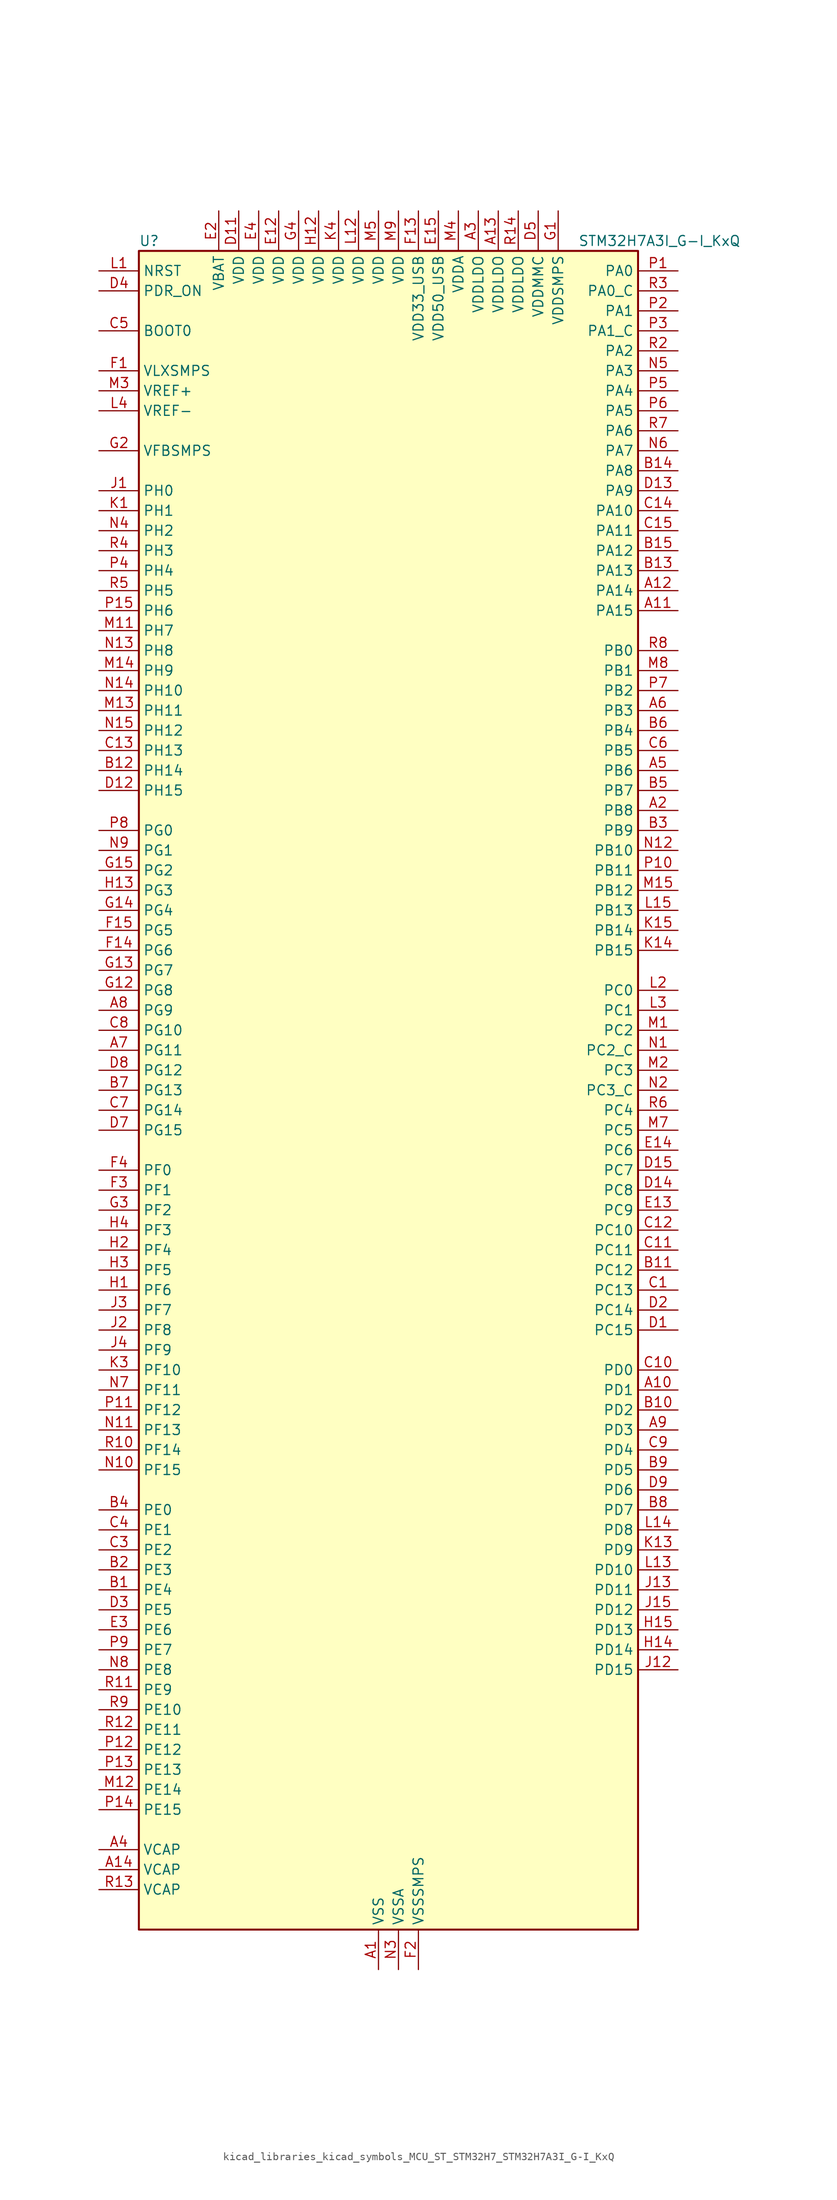
<source format=kicad_sym>
(kicad_symbol_lib
  (version 20220914)
  (generator kicad_symbol_editor)
  (symbol "kicad_libraries_kicad_symbols_MCU_ST_STM32H7_STM32H7A3I_G-I_KxQ"
    (property "Reference" "U"
      (at -30.48 107.95 0)
      (effects (font (size 1.27 1.27)) (justify left)))
    (property "Value" "STM32H7A3I_G-I_KxQ"
      (at 25.4 107.95 0)
      (effects (font (size 1.27 1.27)) (justify left)))
    (property "ki_locked" ""
      (at 0 0 0)
      (effects (font (size 1.27 1.27))))
    (symbol "kicad_libraries_kicad_symbols_MCU_ST_STM32H7_STM32H7A3I_G-I_KxQ_0_1"
      (rectangle (start -30.48 -106.68) (end 33.02 106.68) (stroke (width 0.254) (type default)) (fill (type background))))
    (symbol "kicad_libraries_kicad_symbols_MCU_ST_STM32H7_STM32H7A3I_G-I_KxQ_1_1"
      (pin power_in line (at 0 -111.76 90) (length 5.08) (name "VSS" (effects (font (size 1.27 1.27)))) (number "A1" (effects (font (size 1.27 1.27)))))
      (pin bidirectional line (at 38.1 -38.1 180) (length 5.08) (name "PD1" (effects (font (size 1.27 1.27)))) (number "A10" (effects (font (size 1.27 1.27)))) (alternate "DFSDM1_DATIN6" bidirectional line) (alternate "FDCAN1_TX" bidirectional line) (alternate "FMC_D3" bidirectional line) (alternate "FMC_DA3" bidirectional line) (alternate "UART4_TX" bidirectional line))
      (pin bidirectional line (at 38.1 60.96 180) (length 5.08) (name "PA15" (effects (font (size 1.27 1.27)))) (number "A11" (effects (font (size 1.27 1.27)))) (alternate "ADC1_EXTI15" bidirectional line) (alternate "ADC2_EXTI15" bidirectional line) (alternate "CEC" bidirectional line) (alternate "DEBUG_JTDI" bidirectional line) (alternate "I2S1_WS" bidirectional line) (alternate "I2S3_WS" bidirectional line) (alternate "I2S6_WS" bidirectional line) (alternate "LTDC_B6" bidirectional line) (alternate "LTDC_R3" bidirectional line) (alternate "SPI1_NSS" bidirectional line) (alternate "SPI3_NSS" bidirectional line) (alternate "SPI6_NSS" bidirectional line) (alternate "TIM2_CH1" bidirectional line) (alternate "TIM2_ETR" bidirectional line) (alternate "UART4_DE" bidirectional line) (alternate "UART4_RTS" bidirectional line) (alternate "UART7_TX" bidirectional line))
      (pin bidirectional line (at 38.1 63.5 180) (length 5.08) (name "PA14" (effects (font (size 1.27 1.27)))) (number "A12" (effects (font (size 1.27 1.27)))) (alternate "DEBUG_JTCK-SWCLK" bidirectional line))
      (pin power_in line (at 15.24 111.76 270) (length 5.08) (name "VDDLDO" (effects (font (size 1.27 1.27)))) (number "A13" (effects (font (size 1.27 1.27)))))
      (pin power_out line (at -35.56 -99.06 0) (length 5.08) (name "VCAP" (effects (font (size 1.27 1.27)))) (number "A14" (effects (font (size 1.27 1.27)))))
      (pin passive line (at 0 -111.76 90) (length 5.08) hide (name "VSS" (effects (font (size 1.27 1.27)))) (number "A15" (effects (font (size 1.27 1.27)))))
      (pin bidirectional line (at 38.1 35.56 180) (length 5.08) (name "PB8" (effects (font (size 1.27 1.27)))) (number "A2" (effects (font (size 1.27 1.27)))) (alternate "DCMI_D6" bidirectional line) (alternate "DFSDM1_CKIN7" bidirectional line) (alternate "FDCAN1_RX" bidirectional line) (alternate "I2C1_SCL" bidirectional line) (alternate "I2C4_SCL" bidirectional line) (alternate "LTDC_B6" bidirectional line) (alternate "PSSI_D6" bidirectional line) (alternate "SDMMC1_CKIN" bidirectional line) (alternate "SDMMC1_D4" bidirectional line) (alternate "SDMMC2_D4" bidirectional line) (alternate "TIM16_CH1" bidirectional line) (alternate "TIM4_CH3" bidirectional line) (alternate "UART4_RX" bidirectional line))
      (pin power_in line (at 12.7 111.76 270) (length 5.08) (name "VDDLDO" (effects (font (size 1.27 1.27)))) (number "A3" (effects (font (size 1.27 1.27)))))
      (pin power_out line (at -35.56 -96.52 0) (length 5.08) (name "VCAP" (effects (font (size 1.27 1.27)))) (number "A4" (effects (font (size 1.27 1.27)))))
      (pin bidirectional line (at 38.1 40.64 180) (length 5.08) (name "PB6" (effects (font (size 1.27 1.27)))) (number "A5" (effects (font (size 1.27 1.27)))) (alternate "CEC" bidirectional line) (alternate "DCMI_D5" bidirectional line) (alternate "DFSDM1_DATIN5" bidirectional line) (alternate "FDCAN2_TX" bidirectional line) (alternate "FMC_SDNE1" bidirectional line) (alternate "I2C1_SCL" bidirectional line) (alternate "I2C4_SCL" bidirectional line) (alternate "LPUART1_TX" bidirectional line) (alternate "OCTOSPIM_P1_NCS" bidirectional line) (alternate "PSSI_D5" bidirectional line) (alternate "TIM16_CH1N" bidirectional line) (alternate "TIM4_CH1" bidirectional line) (alternate "UART5_TX" bidirectional line) (alternate "USART1_TX" bidirectional line))
      (pin bidirectional line (at 38.1 48.26 180) (length 5.08) (name "PB3" (effects (font (size 1.27 1.27)))) (number "A6" (effects (font (size 1.27 1.27)))) (alternate "CRS_SYNC" bidirectional line) (alternate "DEBUG_JTDO-SWO" bidirectional line) (alternate "I2S1_CK" bidirectional line) (alternate "I2S3_CK" bidirectional line) (alternate "I2S6_CK" bidirectional line) (alternate "SDMMC2_D2" bidirectional line) (alternate "SPI1_SCK" bidirectional line) (alternate "SPI3_SCK" bidirectional line) (alternate "SPI6_SCK" bidirectional line) (alternate "TIM2_CH2" bidirectional line) (alternate "UART7_RX" bidirectional line))
      (pin bidirectional line (at -35.56 5.08 0) (length 5.08) (name "PG11" (effects (font (size 1.27 1.27)))) (number "A7" (effects (font (size 1.27 1.27)))) (alternate "ADC1_EXTI11" bidirectional line) (alternate "ADC2_EXTI11" bidirectional line) (alternate "DCMI_D3" bidirectional line) (alternate "I2S1_CK" bidirectional line) (alternate "LPTIM1_IN2" bidirectional line) (alternate "LTDC_B3" bidirectional line) (alternate "OCTOSPIM_P2_IO7" bidirectional line) (alternate "PSSI_D3" bidirectional line) (alternate "SDMMC2_D2" bidirectional line) (alternate "SPDIFRX_IN0" bidirectional line) (alternate "SPI1_SCK" bidirectional line) (alternate "USART10_RX" bidirectional line))
      (pin bidirectional line (at -35.56 10.16 0) (length 5.08) (name "PG9" (effects (font (size 1.27 1.27)))) (number "A8" (effects (font (size 1.27 1.27)))) (alternate "DAC1_EXTI9" bidirectional line) (alternate "DCMI_VSYNC" bidirectional line) (alternate "FMC_NCE" bidirectional line) (alternate "FMC_NE2" bidirectional line) (alternate "I2S1_SDI" bidirectional line) (alternate "OCTOSPIM_P1_IO6" bidirectional line) (alternate "PSSI_RDY" bidirectional line) (alternate "SAI2_FS_B" bidirectional line) (alternate "SDMMC2_D0" bidirectional line) (alternate "SPDIFRX_IN3" bidirectional line) (alternate "SPI1_MISO" bidirectional line) (alternate "USART6_RX" bidirectional line))
      (pin bidirectional line (at 38.1 -43.18 180) (length 5.08) (name "PD3" (effects (font (size 1.27 1.27)))) (number "A9" (effects (font (size 1.27 1.27)))) (alternate "DCMI_D5" bidirectional line) (alternate "DFSDM1_CKOUT" bidirectional line) (alternate "FMC_CLK" bidirectional line) (alternate "I2S2_CK" bidirectional line) (alternate "LTDC_G7" bidirectional line) (alternate "PSSI_D5" bidirectional line) (alternate "SPI2_SCK" bidirectional line) (alternate "USART2_CTS" bidirectional line) (alternate "USART2_NSS" bidirectional line))
      (pin bidirectional line (at -35.56 -63.5 0) (length 5.08) (name "PE4" (effects (font (size 1.27 1.27)))) (number "B1" (effects (font (size 1.27 1.27)))) (alternate "DCMI_D4" bidirectional line) (alternate "DEBUG_TRACED1" bidirectional line) (alternate "DFSDM1_DATIN3" bidirectional line) (alternate "FMC_A20" bidirectional line) (alternate "LTDC_B0" bidirectional line) (alternate "PSSI_D4" bidirectional line) (alternate "SAI1_D2" bidirectional line) (alternate "SAI1_FS_A" bidirectional line) (alternate "SPI4_NSS" bidirectional line) (alternate "TIM15_CH1N" bidirectional line))
      (pin bidirectional line (at 38.1 -40.64 180) (length 5.08) (name "PD2" (effects (font (size 1.27 1.27)))) (number "B10" (effects (font (size 1.27 1.27)))) (alternate "DCMI_D11" bidirectional line) (alternate "DEBUG_TRACED2" bidirectional line) (alternate "LTDC_B2" bidirectional line) (alternate "LTDC_B7" bidirectional line) (alternate "PSSI_D11" bidirectional line) (alternate "SDMMC1_CMD" bidirectional line) (alternate "TIM15_BKIN" bidirectional line) (alternate "TIM3_ETR" bidirectional line) (alternate "UART5_RX" bidirectional line))
      (pin bidirectional line (at 38.1 -22.86 180) (length 5.08) (name "PC12" (effects (font (size 1.27 1.27)))) (number "B11" (effects (font (size 1.27 1.27)))) (alternate "DCMI_D9" bidirectional line) (alternate "DEBUG_TRACED3" bidirectional line) (alternate "DFSDM2_CKOUT" bidirectional line) (alternate "I2S3_SDO" bidirectional line) (alternate "I2S6_CK" bidirectional line) (alternate "LTDC_R6" bidirectional line) (alternate "PSSI_D9" bidirectional line) (alternate "SDMMC1_CK" bidirectional line) (alternate "SPI3_MOSI" bidirectional line) (alternate "SPI6_SCK" bidirectional line) (alternate "TIM15_CH1" bidirectional line) (alternate "UART5_TX" bidirectional line) (alternate "USART3_CK" bidirectional line))
      (pin bidirectional line (at -35.56 40.64 0) (length 5.08) (name "PH14" (effects (font (size 1.27 1.27)))) (number "B12" (effects (font (size 1.27 1.27)))) (alternate "DCMI_D4" bidirectional line) (alternate "FDCAN1_RX" bidirectional line) (alternate "FMC_D22" bidirectional line) (alternate "LTDC_G3" bidirectional line) (alternate "PSSI_D4" bidirectional line) (alternate "TIM8_CH2N" bidirectional line) (alternate "UART4_RX" bidirectional line))
      (pin bidirectional line (at 38.1 66.04 180) (length 5.08) (name "PA13" (effects (font (size 1.27 1.27)))) (number "B13" (effects (font (size 1.27 1.27)))) (alternate "DEBUG_JTMS-SWDIO" bidirectional line))
      (pin bidirectional line (at 38.1 78.74 180) (length 5.08) (name "PA8" (effects (font (size 1.27 1.27)))) (number "B14" (effects (font (size 1.27 1.27)))) (alternate "I2C3_SCL" bidirectional line) (alternate "LTDC_B3" bidirectional line) (alternate "LTDC_R6" bidirectional line) (alternate "RCC_MCO_1" bidirectional line) (alternate "TIM1_CH1" bidirectional line) (alternate "TIM8_BKIN2" bidirectional line) (alternate "TIM8_BKIN2_COMP1" bidirectional line) (alternate "TIM8_BKIN2_COMP2" bidirectional line) (alternate "UART7_RX" bidirectional line) (alternate "USART1_CK" bidirectional line) (alternate "USB_OTG_HS_SOF" bidirectional line))
      (pin bidirectional line (at 38.1 68.58 180) (length 5.08) (name "PA12" (effects (font (size 1.27 1.27)))) (number "B15" (effects (font (size 1.27 1.27)))) (alternate "FDCAN1_TX" bidirectional line) (alternate "I2S2_CK" bidirectional line) (alternate "LPUART1_DE" bidirectional line) (alternate "LPUART1_RTS" bidirectional line) (alternate "LTDC_R5" bidirectional line) (alternate "SAI2_FS_B" bidirectional line) (alternate "SPI2_SCK" bidirectional line) (alternate "TIM1_ETR" bidirectional line) (alternate "UART4_TX" bidirectional line) (alternate "USART1_DE" bidirectional line) (alternate "USART1_RTS" bidirectional line) (alternate "USB_OTG_HS_DP" bidirectional line))
      (pin bidirectional line (at -35.56 -60.96 0) (length 5.08) (name "PE3" (effects (font (size 1.27 1.27)))) (number "B2" (effects (font (size 1.27 1.27)))) (alternate "DEBUG_TRACED0" bidirectional line) (alternate "FMC_A19" bidirectional line) (alternate "SAI1_SD_B" bidirectional line) (alternate "TIM15_BKIN" bidirectional line) (alternate "USART10_TX" bidirectional line))
      (pin bidirectional line (at 38.1 33.02 180) (length 5.08) (name "PB9" (effects (font (size 1.27 1.27)))) (number "B3" (effects (font (size 1.27 1.27)))) (alternate "DAC1_EXTI9" bidirectional line) (alternate "DCMI_D7" bidirectional line) (alternate "DFSDM1_DATIN7" bidirectional line) (alternate "FDCAN1_TX" bidirectional line) (alternate "I2C1_SDA" bidirectional line) (alternate "I2C4_SDA" bidirectional line) (alternate "I2C4_SMBA" bidirectional line) (alternate "I2S2_WS" bidirectional line) (alternate "LTDC_B7" bidirectional line) (alternate "PSSI_D7" bidirectional line) (alternate "SDMMC1_CDIR" bidirectional line) (alternate "SDMMC1_D5" bidirectional line) (alternate "SDMMC2_D5" bidirectional line) (alternate "SPI2_NSS" bidirectional line) (alternate "TIM17_CH1" bidirectional line) (alternate "TIM4_CH4" bidirectional line) (alternate "UART4_TX" bidirectional line))
      (pin bidirectional line (at -35.56 -53.34 0) (length 5.08) (name "PE0" (effects (font (size 1.27 1.27)))) (number "B4" (effects (font (size 1.27 1.27)))) (alternate "DCMI_D2" bidirectional line) (alternate "FMC_NBL0" bidirectional line) (alternate "LPTIM1_ETR" bidirectional line) (alternate "LPTIM2_ETR" bidirectional line) (alternate "LTDC_R0" bidirectional line) (alternate "PSSI_D2" bidirectional line) (alternate "SAI2_MCLK_A" bidirectional line) (alternate "TIM4_ETR" bidirectional line) (alternate "UART8_RX" bidirectional line))
      (pin bidirectional line (at 38.1 38.1 180) (length 5.08) (name "PB7" (effects (font (size 1.27 1.27)))) (number "B5" (effects (font (size 1.27 1.27)))) (alternate "DCMI_VSYNC" bidirectional line) (alternate "DFSDM1_CKIN5" bidirectional line) (alternate "FMC_NL" bidirectional line) (alternate "I2C1_SDA" bidirectional line) (alternate "I2C4_SDA" bidirectional line) (alternate "LPUART1_RX" bidirectional line) (alternate "PSSI_RDY" bidirectional line) (alternate "PWR_PVD_IN" bidirectional line) (alternate "TIM17_CH1N" bidirectional line) (alternate "TIM4_CH2" bidirectional line) (alternate "USART1_RX" bidirectional line))
      (pin bidirectional line (at 38.1 45.72 180) (length 5.08) (name "PB4" (effects (font (size 1.27 1.27)))) (number "B6" (effects (font (size 1.27 1.27)))) (alternate "DEBUG_JTRST" bidirectional line) (alternate "I2S1_SDI" bidirectional line) (alternate "I2S2_WS" bidirectional line) (alternate "I2S3_SDI" bidirectional line) (alternate "I2S6_SDI" bidirectional line) (alternate "SDMMC2_D3" bidirectional line) (alternate "SPI1_MISO" bidirectional line) (alternate "SPI2_NSS" bidirectional line) (alternate "SPI3_MISO" bidirectional line) (alternate "SPI6_MISO" bidirectional line) (alternate "TIM16_BKIN" bidirectional line) (alternate "TIM3_CH1" bidirectional line) (alternate "UART7_TX" bidirectional line))
      (pin bidirectional line (at -35.56 0 0) (length 5.08) (name "PG13" (effects (font (size 1.27 1.27)))) (number "B7" (effects (font (size 1.27 1.27)))) (alternate "DEBUG_TRACED0" bidirectional line) (alternate "FMC_A24" bidirectional line) (alternate "I2S6_CK" bidirectional line) (alternate "LPTIM1_OUT" bidirectional line) (alternate "LTDC_R0" bidirectional line) (alternate "SDMMC2_D6" bidirectional line) (alternate "SPI6_SCK" bidirectional line) (alternate "USART10_CTS" bidirectional line) (alternate "USART10_NSS" bidirectional line) (alternate "USART6_CTS" bidirectional line) (alternate "USART6_NSS" bidirectional line))
      (pin bidirectional line (at 38.1 -53.34 180) (length 5.08) (name "PD7" (effects (font (size 1.27 1.27)))) (number "B8" (effects (font (size 1.27 1.27)))) (alternate "DFSDM1_CKIN1" bidirectional line) (alternate "DFSDM1_DATIN4" bidirectional line) (alternate "FMC_NE1" bidirectional line) (alternate "I2S1_SDO" bidirectional line) (alternate "OCTOSPIM_P1_IO7" bidirectional line) (alternate "SDMMC2_CMD" bidirectional line) (alternate "SPDIFRX_IN0" bidirectional line) (alternate "SPI1_MOSI" bidirectional line) (alternate "USART2_CK" bidirectional line))
      (pin bidirectional line (at 38.1 -48.26 180) (length 5.08) (name "PD5" (effects (font (size 1.27 1.27)))) (number "B9" (effects (font (size 1.27 1.27)))) (alternate "FMC_NWE" bidirectional line) (alternate "OCTOSPIM_P1_IO5" bidirectional line) (alternate "USART2_TX" bidirectional line))
      (pin bidirectional line (at 38.1 -25.4 180) (length 5.08) (name "PC13" (effects (font (size 1.27 1.27)))) (number "C1" (effects (font (size 1.27 1.27)))) (alternate "PWR_WKUP4" bidirectional line) (alternate "RTC_OUT_ALARM" bidirectional line) (alternate "RTC_OUT_CALIB" bidirectional line) (alternate "RTC_TAMP1" bidirectional line) (alternate "RTC_TS" bidirectional line))
      (pin bidirectional line (at 38.1 -35.56 180) (length 5.08) (name "PD0" (effects (font (size 1.27 1.27)))) (number "C10" (effects (font (size 1.27 1.27)))) (alternate "DFSDM1_CKIN6" bidirectional line) (alternate "FDCAN1_RX" bidirectional line) (alternate "FMC_D2" bidirectional line) (alternate "FMC_DA2" bidirectional line) (alternate "LTDC_B1" bidirectional line) (alternate "UART4_RX" bidirectional line) (alternate "UART9_CTS" bidirectional line))
      (pin bidirectional line (at 38.1 -20.32 180) (length 5.08) (name "PC11" (effects (font (size 1.27 1.27)))) (number "C11" (effects (font (size 1.27 1.27)))) (alternate "ADC1_EXTI11" bidirectional line) (alternate "ADC2_EXTI11" bidirectional line) (alternate "DCMI_D4" bidirectional line) (alternate "DFSDM1_DATIN5" bidirectional line) (alternate "DFSDM2_DATIN0" bidirectional line) (alternate "I2S3_SDI" bidirectional line) (alternate "LTDC_B4" bidirectional line) (alternate "OCTOSPIM_P1_NCS" bidirectional line) (alternate "PSSI_D4" bidirectional line) (alternate "SDMMC1_D3" bidirectional line) (alternate "SPI3_MISO" bidirectional line) (alternate "UART4_RX" bidirectional line) (alternate "USART3_RX" bidirectional line))
      (pin bidirectional line (at 38.1 -17.78 180) (length 5.08) (name "PC10" (effects (font (size 1.27 1.27)))) (number "C12" (effects (font (size 1.27 1.27)))) (alternate "DCMI_D8" bidirectional line) (alternate "DFSDM1_CKIN5" bidirectional line) (alternate "DFSDM2_CKIN0" bidirectional line) (alternate "I2S3_CK" bidirectional line) (alternate "LTDC_B1" bidirectional line) (alternate "LTDC_R2" bidirectional line) (alternate "OCTOSPIM_P1_IO1" bidirectional line) (alternate "PSSI_D8" bidirectional line) (alternate "SDMMC1_D2" bidirectional line) (alternate "SPI3_SCK" bidirectional line) (alternate "SWPMI1_RX" bidirectional line) (alternate "UART4_TX" bidirectional line) (alternate "USART3_TX" bidirectional line))
      (pin bidirectional line (at -35.56 43.18 0) (length 5.08) (name "PH13" (effects (font (size 1.27 1.27)))) (number "C13" (effects (font (size 1.27 1.27)))) (alternate "FDCAN1_TX" bidirectional line) (alternate "FMC_D21" bidirectional line) (alternate "LTDC_G2" bidirectional line) (alternate "TIM8_CH1N" bidirectional line) (alternate "UART4_TX" bidirectional line))
      (pin bidirectional line (at 38.1 73.66 180) (length 5.08) (name "PA10" (effects (font (size 1.27 1.27)))) (number "C14" (effects (font (size 1.27 1.27)))) (alternate "DCMI_D1" bidirectional line) (alternate "LPUART1_RX" bidirectional line) (alternate "LTDC_B1" bidirectional line) (alternate "LTDC_B4" bidirectional line) (alternate "MDIOS_MDIO" bidirectional line) (alternate "PSSI_D1" bidirectional line) (alternate "TIM1_CH3" bidirectional line) (alternate "USART1_RX" bidirectional line) (alternate "USB_OTG_HS_ID" bidirectional line))
      (pin bidirectional line (at 38.1 71.12 180) (length 5.08) (name "PA11" (effects (font (size 1.27 1.27)))) (number "C15" (effects (font (size 1.27 1.27)))) (alternate "ADC1_EXTI11" bidirectional line) (alternate "ADC2_EXTI11" bidirectional line) (alternate "FDCAN1_RX" bidirectional line) (alternate "I2S2_WS" bidirectional line) (alternate "LPUART1_CTS" bidirectional line) (alternate "LTDC_R4" bidirectional line) (alternate "SPI2_NSS" bidirectional line) (alternate "TIM1_CH4" bidirectional line) (alternate "UART4_RX" bidirectional line) (alternate "USART1_CTS" bidirectional line) (alternate "USART1_NSS" bidirectional line) (alternate "USB_OTG_HS_DM" bidirectional line))
      (pin passive line (at 0 -111.76 90) (length 5.08) hide (name "VSS" (effects (font (size 1.27 1.27)))) (number "C2" (effects (font (size 1.27 1.27)))))
      (pin bidirectional line (at -35.56 -58.42 0) (length 5.08) (name "PE2" (effects (font (size 1.27 1.27)))) (number "C3" (effects (font (size 1.27 1.27)))) (alternate "DEBUG_TRACECLK" bidirectional line) (alternate "FMC_A23" bidirectional line) (alternate "OCTOSPIM_P1_IO2" bidirectional line) (alternate "SAI1_CK1" bidirectional line) (alternate "SAI1_MCLK_A" bidirectional line) (alternate "SPI4_SCK" bidirectional line) (alternate "USART10_RX" bidirectional line))
      (pin bidirectional line (at -35.56 -55.88 0) (length 5.08) (name "PE1" (effects (font (size 1.27 1.27)))) (number "C4" (effects (font (size 1.27 1.27)))) (alternate "DCMI_D3" bidirectional line) (alternate "FMC_NBL1" bidirectional line) (alternate "LPTIM1_IN2" bidirectional line) (alternate "LTDC_R6" bidirectional line) (alternate "PSSI_D3" bidirectional line) (alternate "UART8_TX" bidirectional line))
      (pin input line (at -35.56 96.52 0) (length 5.08) (name "BOOT0" (effects (font (size 1.27 1.27)))) (number "C5" (effects (font (size 1.27 1.27)))))
      (pin bidirectional line (at 38.1 43.18 180) (length 5.08) (name "PB5" (effects (font (size 1.27 1.27)))) (number "C6" (effects (font (size 1.27 1.27)))) (alternate "DCMI_D10" bidirectional line) (alternate "FDCAN2_RX" bidirectional line) (alternate "FMC_SDCKE1" bidirectional line) (alternate "I2C1_SMBA" bidirectional line) (alternate "I2C4_SMBA" bidirectional line) (alternate "I2S1_SDO" bidirectional line) (alternate "I2S3_SDO" bidirectional line) (alternate "I2S6_SDO" bidirectional line) (alternate "LTDC_B5" bidirectional line) (alternate "PSSI_D10" bidirectional line) (alternate "SPI1_MOSI" bidirectional line) (alternate "SPI3_MOSI" bidirectional line) (alternate "SPI6_MOSI" bidirectional line) (alternate "TIM17_BKIN" bidirectional line) (alternate "TIM3_CH2" bidirectional line) (alternate "UART5_RX" bidirectional line) (alternate "USB_OTG_HS_ULPI_D7" bidirectional line))
      (pin bidirectional line (at -35.56 -2.54 0) (length 5.08) (name "PG14" (effects (font (size 1.27 1.27)))) (number "C7" (effects (font (size 1.27 1.27)))) (alternate "DEBUG_TRACED1" bidirectional line) (alternate "FMC_A25" bidirectional line) (alternate "I2S6_SDO" bidirectional line) (alternate "LPTIM1_ETR" bidirectional line) (alternate "LTDC_B0" bidirectional line) (alternate "OCTOSPIM_P1_IO7" bidirectional line) (alternate "SDMMC2_D7" bidirectional line) (alternate "SPI6_MOSI" bidirectional line) (alternate "USART10_DE" bidirectional line) (alternate "USART10_RTS" bidirectional line) (alternate "USART6_TX" bidirectional line))
      (pin bidirectional line (at -35.56 7.62 0) (length 5.08) (name "PG10" (effects (font (size 1.27 1.27)))) (number "C8" (effects (font (size 1.27 1.27)))) (alternate "DCMI_D2" bidirectional line) (alternate "FMC_NE3" bidirectional line) (alternate "I2S1_WS" bidirectional line) (alternate "LTDC_B2" bidirectional line) (alternate "LTDC_G3" bidirectional line) (alternate "OCTOSPIM_P2_IO6" bidirectional line) (alternate "PSSI_D2" bidirectional line) (alternate "SAI2_SD_B" bidirectional line) (alternate "SDMMC2_D1" bidirectional line) (alternate "SPI1_NSS" bidirectional line))
      (pin bidirectional line (at 38.1 -45.72 180) (length 5.08) (name "PD4" (effects (font (size 1.27 1.27)))) (number "C9" (effects (font (size 1.27 1.27)))) (alternate "FMC_NOE" bidirectional line) (alternate "OCTOSPIM_P1_IO4" bidirectional line) (alternate "USART2_DE" bidirectional line) (alternate "USART2_RTS" bidirectional line))
      (pin bidirectional line (at 38.1 -30.48 180) (length 5.08) (name "PC15" (effects (font (size 1.27 1.27)))) (number "D1" (effects (font (size 1.27 1.27)))) (alternate "ADC1_EXTI15" bidirectional line) (alternate "ADC2_EXTI15" bidirectional line) (alternate "RCC_OSC32_OUT" bidirectional line))
      (pin passive line (at 0 -111.76 90) (length 5.08) hide (name "VSS" (effects (font (size 1.27 1.27)))) (number "D10" (effects (font (size 1.27 1.27)))))
      (pin power_in line (at -17.78 111.76 270) (length 5.08) (name "VDD" (effects (font (size 1.27 1.27)))) (number "D11" (effects (font (size 1.27 1.27)))))
      (pin bidirectional line (at -35.56 38.1 0) (length 5.08) (name "PH15" (effects (font (size 1.27 1.27)))) (number "D12" (effects (font (size 1.27 1.27)))) (alternate "ADC1_EXTI15" bidirectional line) (alternate "ADC2_EXTI15" bidirectional line) (alternate "DCMI_D11" bidirectional line) (alternate "FMC_D23" bidirectional line) (alternate "LTDC_G4" bidirectional line) (alternate "PSSI_D11" bidirectional line) (alternate "TIM8_CH3N" bidirectional line))
      (pin bidirectional line (at 38.1 76.2 180) (length 5.08) (name "PA9" (effects (font (size 1.27 1.27)))) (number "D13" (effects (font (size 1.27 1.27)))) (alternate "DAC1_EXTI9" bidirectional line) (alternate "DCMI_D0" bidirectional line) (alternate "I2C3_SMBA" bidirectional line) (alternate "I2S2_CK" bidirectional line) (alternate "LPUART1_TX" bidirectional line) (alternate "LTDC_R5" bidirectional line) (alternate "PSSI_D0" bidirectional line) (alternate "SPI2_SCK" bidirectional line) (alternate "TIM1_CH2" bidirectional line) (alternate "USART1_TX" bidirectional line) (alternate "USB_OTG_HS_VBUS" bidirectional line))
      (pin bidirectional line (at 38.1 -12.7 180) (length 5.08) (name "PC8" (effects (font (size 1.27 1.27)))) (number "D14" (effects (font (size 1.27 1.27)))) (alternate "DCMI_D2" bidirectional line) (alternate "DEBUG_TRACED1" bidirectional line) (alternate "FMC_INT" bidirectional line) (alternate "FMC_NCE" bidirectional line) (alternate "FMC_NE2" bidirectional line) (alternate "PSSI_D2" bidirectional line) (alternate "SDMMC1_D0" bidirectional line) (alternate "SWPMI1_RX" bidirectional line) (alternate "TIM3_CH3" bidirectional line) (alternate "TIM8_CH3" bidirectional line) (alternate "UART5_DE" bidirectional line) (alternate "UART5_RTS" bidirectional line) (alternate "USART6_CK" bidirectional line))
      (pin bidirectional line (at 38.1 -10.16 180) (length 5.08) (name "PC7" (effects (font (size 1.27 1.27)))) (number "D15" (effects (font (size 1.27 1.27)))) (alternate "DCMI_D1" bidirectional line) (alternate "DEBUG_TRGIO" bidirectional line) (alternate "DFSDM1_DATIN3" bidirectional line) (alternate "FMC_NE1" bidirectional line) (alternate "I2S3_MCK" bidirectional line) (alternate "LTDC_G6" bidirectional line) (alternate "PSSI_D1" bidirectional line) (alternate "SDMMC1_D123DIR" bidirectional line) (alternate "SDMMC1_D7" bidirectional line) (alternate "SDMMC2_D7" bidirectional line) (alternate "SWPMI1_TX" bidirectional line) (alternate "TIM3_CH2" bidirectional line) (alternate "TIM8_CH2" bidirectional line) (alternate "USART6_RX" bidirectional line))
      (pin bidirectional line (at 38.1 -27.94 180) (length 5.08) (name "PC14" (effects (font (size 1.27 1.27)))) (number "D2" (effects (font (size 1.27 1.27)))) (alternate "RCC_OSC32_IN" bidirectional line))
      (pin bidirectional line (at -35.56 -66.04 0) (length 5.08) (name "PE5" (effects (font (size 1.27 1.27)))) (number "D3" (effects (font (size 1.27 1.27)))) (alternate "DCMI_D6" bidirectional line) (alternate "DEBUG_TRACED2" bidirectional line) (alternate "DFSDM1_CKIN3" bidirectional line) (alternate "FMC_A21" bidirectional line) (alternate "LTDC_G0" bidirectional line) (alternate "PSSI_D6" bidirectional line) (alternate "SAI1_CK2" bidirectional line) (alternate "SAI1_SCK_A" bidirectional line) (alternate "SPI4_MISO" bidirectional line) (alternate "TIM15_CH1" bidirectional line))
      (pin input line (at -35.56 101.6 0) (length 5.08) (name "PDR_ON" (effects (font (size 1.27 1.27)))) (number "D4" (effects (font (size 1.27 1.27)))))
      (pin power_in line (at 20.32 111.76 270) (length 5.08) (name "VDDMMC" (effects (font (size 1.27 1.27)))) (number "D5" (effects (font (size 1.27 1.27)))))
      (pin passive line (at 0 -111.76 90) (length 5.08) hide (name "VSS" (effects (font (size 1.27 1.27)))) (number "D6" (effects (font (size 1.27 1.27)))))
      (pin bidirectional line (at -35.56 -5.08 0) (length 5.08) (name "PG15" (effects (font (size 1.27 1.27)))) (number "D7" (effects (font (size 1.27 1.27)))) (alternate "ADC1_EXTI15" bidirectional line) (alternate "ADC2_EXTI15" bidirectional line) (alternate "DCMI_D13" bidirectional line) (alternate "FMC_SDNCAS" bidirectional line) (alternate "OCTOSPIM_P2_DQS" bidirectional line) (alternate "PSSI_D13" bidirectional line) (alternate "USART10_CK" bidirectional line) (alternate "USART6_CTS" bidirectional line) (alternate "USART6_NSS" bidirectional line))
      (pin bidirectional line (at -35.56 2.54 0) (length 5.08) (name "PG12" (effects (font (size 1.27 1.27)))) (number "D8" (effects (font (size 1.27 1.27)))) (alternate "FMC_NE4" bidirectional line) (alternate "I2S6_SDI" bidirectional line) (alternate "LPTIM1_IN1" bidirectional line) (alternate "LTDC_B1" bidirectional line) (alternate "LTDC_B4" bidirectional line) (alternate "OCTOSPIM_P2_NCS" bidirectional line) (alternate "SDMMC2_D3" bidirectional line) (alternate "SPDIFRX_IN1" bidirectional line) (alternate "SPI6_MISO" bidirectional line) (alternate "USART10_TX" bidirectional line) (alternate "USART6_DE" bidirectional line) (alternate "USART6_RTS" bidirectional line))
      (pin bidirectional line (at 38.1 -50.8 180) (length 5.08) (name "PD6" (effects (font (size 1.27 1.27)))) (number "D9" (effects (font (size 1.27 1.27)))) (alternate "DCMI_D10" bidirectional line) (alternate "DFSDM1_CKIN4" bidirectional line) (alternate "DFSDM1_DATIN1" bidirectional line) (alternate "FMC_NWAIT" bidirectional line) (alternate "I2S3_SDO" bidirectional line) (alternate "LTDC_B2" bidirectional line) (alternate "OCTOSPIM_P1_IO6" bidirectional line) (alternate "PSSI_D10" bidirectional line) (alternate "SAI1_D1" bidirectional line) (alternate "SAI1_SD_A" bidirectional line) (alternate "SDMMC2_CK" bidirectional line) (alternate "SPI3_MOSI" bidirectional line) (alternate "USART2_RX" bidirectional line))
      (pin passive line (at 0 -111.76 90) (length 5.08) hide (name "VSS" (effects (font (size 1.27 1.27)))) (number "E1" (effects (font (size 1.27 1.27)))))
      (pin power_in line (at -12.7 111.76 270) (length 5.08) (name "VDD" (effects (font (size 1.27 1.27)))) (number "E12" (effects (font (size 1.27 1.27)))))
      (pin bidirectional line (at 38.1 -15.24 180) (length 5.08) (name "PC9" (effects (font (size 1.27 1.27)))) (number "E13" (effects (font (size 1.27 1.27)))) (alternate "DAC1_EXTI9" bidirectional line) (alternate "DCMI_D3" bidirectional line) (alternate "I2C3_SDA" bidirectional line) (alternate "I2S_CKIN" bidirectional line) (alternate "LTDC_B2" bidirectional line) (alternate "LTDC_G3" bidirectional line) (alternate "OCTOSPIM_P1_IO0" bidirectional line) (alternate "PSSI_D3" bidirectional line) (alternate "RCC_MCO_2" bidirectional line) (alternate "SDMMC1_D1" bidirectional line) (alternate "SWPMI1_SUSPEND" bidirectional line) (alternate "TIM3_CH4" bidirectional line) (alternate "TIM8_CH4" bidirectional line) (alternate "UART5_CTS" bidirectional line))
      (pin bidirectional line (at 38.1 -7.62 180) (length 5.08) (name "PC6" (effects (font (size 1.27 1.27)))) (number "E14" (effects (font (size 1.27 1.27)))) (alternate "DCMI_D0" bidirectional line) (alternate "DFSDM1_CKIN3" bidirectional line) (alternate "FMC_NWAIT" bidirectional line) (alternate "I2S2_MCK" bidirectional line) (alternate "LTDC_HSYNC" bidirectional line) (alternate "PSSI_D0" bidirectional line) (alternate "SDMMC1_D0DIR" bidirectional line) (alternate "SDMMC1_D6" bidirectional line) (alternate "SDMMC2_D6" bidirectional line) (alternate "SWPMI1_IO" bidirectional line) (alternate "TIM3_CH1" bidirectional line) (alternate "TIM8_CH1" bidirectional line) (alternate "USART6_TX" bidirectional line))
      (pin power_in line (at 7.62 111.76 270) (length 5.08) (name "VDD50_USB" (effects (font (size 1.27 1.27)))) (number "E15" (effects (font (size 1.27 1.27)))))
      (pin power_in line (at -20.32 111.76 270) (length 5.08) (name "VBAT" (effects (font (size 1.27 1.27)))) (number "E2" (effects (font (size 1.27 1.27)))))
      (pin bidirectional line (at -35.56 -68.58 0) (length 5.08) (name "PE6" (effects (font (size 1.27 1.27)))) (number "E3" (effects (font (size 1.27 1.27)))) (alternate "DCMI_D7" bidirectional line) (alternate "DEBUG_TRACED3" bidirectional line) (alternate "FMC_A22" bidirectional line) (alternate "LTDC_G1" bidirectional line) (alternate "PSSI_D7" bidirectional line) (alternate "SAI1_D1" bidirectional line) (alternate "SAI1_SD_A" bidirectional line) (alternate "SAI2_MCLK_B" bidirectional line) (alternate "SPI4_MOSI" bidirectional line) (alternate "TIM15_CH2" bidirectional line) (alternate "TIM1_BKIN2" bidirectional line) (alternate "TIM1_BKIN2_COMP1" bidirectional line) (alternate "TIM1_BKIN2_COMP2" bidirectional line))
      (pin power_in line (at -15.24 111.76 270) (length 5.08) (name "VDD" (effects (font (size 1.27 1.27)))) (number "E4" (effects (font (size 1.27 1.27)))))
      (pin power_in line (at -35.56 91.44 0) (length 5.08) (name "VLXSMPS" (effects (font (size 1.27 1.27)))) (number "F1" (effects (font (size 1.27 1.27)))))
      (pin passive line (at 0 -111.76 90) (length 5.08) hide (name "VSS" (effects (font (size 1.27 1.27)))) (number "F10" (effects (font (size 1.27 1.27)))))
      (pin passive line (at 0 -111.76 90) (length 5.08) hide (name "VSS" (effects (font (size 1.27 1.27)))) (number "F12" (effects (font (size 1.27 1.27)))))
      (pin power_in line (at 5.08 111.76 270) (length 5.08) (name "VDD33_USB" (effects (font (size 1.27 1.27)))) (number "F13" (effects (font (size 1.27 1.27)))))
      (pin bidirectional line (at -35.56 17.78 0) (length 5.08) (name "PG6" (effects (font (size 1.27 1.27)))) (number "F14" (effects (font (size 1.27 1.27)))) (alternate "DCMI_D12" bidirectional line) (alternate "FMC_NE3" bidirectional line) (alternate "LTDC_R7" bidirectional line) (alternate "OCTOSPIM_P1_NCS" bidirectional line) (alternate "PSSI_D12" bidirectional line) (alternate "TIM17_BKIN" bidirectional line))
      (pin bidirectional line (at -35.56 20.32 0) (length 5.08) (name "PG5" (effects (font (size 1.27 1.27)))) (number "F15" (effects (font (size 1.27 1.27)))) (alternate "FMC_A15" bidirectional line) (alternate "FMC_BA1" bidirectional line) (alternate "TIM1_ETR" bidirectional line))
      (pin power_in line (at 5.08 -111.76 90) (length 5.08) (name "VSSSMPS" (effects (font (size 1.27 1.27)))) (number "F2" (effects (font (size 1.27 1.27)))))
      (pin bidirectional line (at -35.56 -12.7 0) (length 5.08) (name "PF1" (effects (font (size 1.27 1.27)))) (number "F3" (effects (font (size 1.27 1.27)))) (alternate "FMC_A1" bidirectional line) (alternate "I2C2_SCL" bidirectional line) (alternate "OCTOSPIM_P2_IO1" bidirectional line))
      (pin bidirectional line (at -35.56 -10.16 0) (length 5.08) (name "PF0" (effects (font (size 1.27 1.27)))) (number "F4" (effects (font (size 1.27 1.27)))) (alternate "FMC_A0" bidirectional line) (alternate "I2C2_SDA" bidirectional line) (alternate "OCTOSPIM_P2_IO0" bidirectional line))
      (pin passive line (at 0 -111.76 90) (length 5.08) hide (name "VSS" (effects (font (size 1.27 1.27)))) (number "F6" (effects (font (size 1.27 1.27)))))
      (pin passive line (at 0 -111.76 90) (length 5.08) hide (name "VSS" (effects (font (size 1.27 1.27)))) (number "F7" (effects (font (size 1.27 1.27)))))
      (pin passive line (at 0 -111.76 90) (length 5.08) hide (name "VSS" (effects (font (size 1.27 1.27)))) (number "F8" (effects (font (size 1.27 1.27)))))
      (pin passive line (at 0 -111.76 90) (length 5.08) hide (name "VSS" (effects (font (size 1.27 1.27)))) (number "F9" (effects (font (size 1.27 1.27)))))
      (pin power_in line (at 22.86 111.76 270) (length 5.08) (name "VDDSMPS" (effects (font (size 1.27 1.27)))) (number "G1" (effects (font (size 1.27 1.27)))))
      (pin passive line (at 0 -111.76 90) (length 5.08) hide (name "VSS" (effects (font (size 1.27 1.27)))) (number "G10" (effects (font (size 1.27 1.27)))))
      (pin bidirectional line (at -35.56 12.7 0) (length 5.08) (name "PG8" (effects (font (size 1.27 1.27)))) (number "G12" (effects (font (size 1.27 1.27)))) (alternate "FMC_SDCLK" bidirectional line) (alternate "I2S6_WS" bidirectional line) (alternate "LTDC_G7" bidirectional line) (alternate "SPDIFRX_IN2" bidirectional line) (alternate "SPI6_NSS" bidirectional line) (alternate "TIM8_ETR" bidirectional line) (alternate "USART6_DE" bidirectional line) (alternate "USART6_RTS" bidirectional line))
      (pin bidirectional line (at -35.56 15.24 0) (length 5.08) (name "PG7" (effects (font (size 1.27 1.27)))) (number "G13" (effects (font (size 1.27 1.27)))) (alternate "DCMI_D13" bidirectional line) (alternate "FMC_INT" bidirectional line) (alternate "LTDC_CLK" bidirectional line) (alternate "OCTOSPIM_P2_DQS" bidirectional line) (alternate "PSSI_D13" bidirectional line) (alternate "SAI1_MCLK_A" bidirectional line) (alternate "USART6_CK" bidirectional line))
      (pin bidirectional line (at -35.56 22.86 0) (length 5.08) (name "PG4" (effects (font (size 1.27 1.27)))) (number "G14" (effects (font (size 1.27 1.27)))) (alternate "FMC_A14" bidirectional line) (alternate "FMC_BA0" bidirectional line) (alternate "TIM1_BKIN2" bidirectional line) (alternate "TIM1_BKIN2_COMP1" bidirectional line) (alternate "TIM1_BKIN2_COMP2" bidirectional line))
      (pin bidirectional line (at -35.56 27.94 0) (length 5.08) (name "PG2" (effects (font (size 1.27 1.27)))) (number "G15" (effects (font (size 1.27 1.27)))) (alternate "FMC_A12" bidirectional line) (alternate "TIM8_BKIN" bidirectional line) (alternate "TIM8_BKIN_COMP1" bidirectional line) (alternate "TIM8_BKIN_COMP2" bidirectional line))
      (pin input line (at -35.56 81.28 0) (length 5.08) (name "VFBSMPS" (effects (font (size 1.27 1.27)))) (number "G2" (effects (font (size 1.27 1.27)))))
      (pin bidirectional line (at -35.56 -15.24 0) (length 5.08) (name "PF2" (effects (font (size 1.27 1.27)))) (number "G3" (effects (font (size 1.27 1.27)))) (alternate "FMC_A2" bidirectional line) (alternate "I2C2_SMBA" bidirectional line) (alternate "OCTOSPIM_P2_IO2" bidirectional line))
      (pin power_in line (at -10.16 111.76 270) (length 5.08) (name "VDD" (effects (font (size 1.27 1.27)))) (number "G4" (effects (font (size 1.27 1.27)))))
      (pin passive line (at 0 -111.76 90) (length 5.08) hide (name "VSS" (effects (font (size 1.27 1.27)))) (number "G6" (effects (font (size 1.27 1.27)))))
      (pin passive line (at 0 -111.76 90) (length 5.08) hide (name "VSS" (effects (font (size 1.27 1.27)))) (number "G7" (effects (font (size 1.27 1.27)))))
      (pin passive line (at 0 -111.76 90) (length 5.08) hide (name "VSS" (effects (font (size 1.27 1.27)))) (number "G8" (effects (font (size 1.27 1.27)))))
      (pin passive line (at 0 -111.76 90) (length 5.08) hide (name "VSS" (effects (font (size 1.27 1.27)))) (number "G9" (effects (font (size 1.27 1.27)))))
      (pin bidirectional line (at -35.56 -25.4 0) (length 5.08) (name "PF6" (effects (font (size 1.27 1.27)))) (number "H1" (effects (font (size 1.27 1.27)))) (alternate "OCTOSPIM_P1_IO3" bidirectional line) (alternate "SAI1_SD_B" bidirectional line) (alternate "SPI5_NSS" bidirectional line) (alternate "TIM16_CH1" bidirectional line) (alternate "UART7_RX" bidirectional line))
      (pin passive line (at 0 -111.76 90) (length 5.08) hide (name "VSS" (effects (font (size 1.27 1.27)))) (number "H10" (effects (font (size 1.27 1.27)))))
      (pin power_in line (at -7.62 111.76 270) (length 5.08) (name "VDD" (effects (font (size 1.27 1.27)))) (number "H12" (effects (font (size 1.27 1.27)))))
      (pin bidirectional line (at -35.56 25.4 0) (length 5.08) (name "PG3" (effects (font (size 1.27 1.27)))) (number "H13" (effects (font (size 1.27 1.27)))) (alternate "FMC_A13" bidirectional line) (alternate "TIM8_BKIN2" bidirectional line) (alternate "TIM8_BKIN2_COMP1" bidirectional line) (alternate "TIM8_BKIN2_COMP2" bidirectional line))
      (pin bidirectional line (at 38.1 -71.12 180) (length 5.08) (name "PD14" (effects (font (size 1.27 1.27)))) (number "H14" (effects (font (size 1.27 1.27)))) (alternate "FMC_D0" bidirectional line) (alternate "FMC_DA0" bidirectional line) (alternate "TIM4_CH3" bidirectional line) (alternate "UART8_CTS" bidirectional line) (alternate "UART9_RX" bidirectional line))
      (pin bidirectional line (at 38.1 -68.58 180) (length 5.08) (name "PD13" (effects (font (size 1.27 1.27)))) (number "H15" (effects (font (size 1.27 1.27)))) (alternate "DCMI_D13" bidirectional line) (alternate "FMC_A18" bidirectional line) (alternate "I2C4_SDA" bidirectional line) (alternate "LPTIM1_OUT" bidirectional line) (alternate "OCTOSPIM_P1_IO3" bidirectional line) (alternate "PSSI_D13" bidirectional line) (alternate "SAI2_SCK_A" bidirectional line) (alternate "TIM4_CH2" bidirectional line) (alternate "UART9_DE" bidirectional line) (alternate "UART9_RTS" bidirectional line))
      (pin bidirectional line (at -35.56 -20.32 0) (length 5.08) (name "PF4" (effects (font (size 1.27 1.27)))) (number "H2" (effects (font (size 1.27 1.27)))) (alternate "FMC_A4" bidirectional line) (alternate "OCTOSPIM_P2_CLK" bidirectional line))
      (pin bidirectional line (at -35.56 -22.86 0) (length 5.08) (name "PF5" (effects (font (size 1.27 1.27)))) (number "H3" (effects (font (size 1.27 1.27)))) (alternate "FMC_A5" bidirectional line) (alternate "OCTOSPIM_P2_NCLK" bidirectional line))
      (pin bidirectional line (at -35.56 -17.78 0) (length 5.08) (name "PF3" (effects (font (size 1.27 1.27)))) (number "H4" (effects (font (size 1.27 1.27)))) (alternate "FMC_A3" bidirectional line) (alternate "OCTOSPIM_P2_IO3" bidirectional line))
      (pin passive line (at 0 -111.76 90) (length 5.08) hide (name "VSS" (effects (font (size 1.27 1.27)))) (number "H6" (effects (font (size 1.27 1.27)))))
      (pin passive line (at 0 -111.76 90) (length 5.08) hide (name "VSS" (effects (font (size 1.27 1.27)))) (number "H7" (effects (font (size 1.27 1.27)))))
      (pin passive line (at 0 -111.76 90) (length 5.08) hide (name "VSS" (effects (font (size 1.27 1.27)))) (number "H8" (effects (font (size 1.27 1.27)))))
      (pin passive line (at 0 -111.76 90) (length 5.08) hide (name "VSS" (effects (font (size 1.27 1.27)))) (number "H9" (effects (font (size 1.27 1.27)))))
      (pin bidirectional line (at -35.56 76.2 0) (length 5.08) (name "PH0" (effects (font (size 1.27 1.27)))) (number "J1" (effects (font (size 1.27 1.27)))) (alternate "RCC_OSC_IN" bidirectional line))
      (pin passive line (at 0 -111.76 90) (length 5.08) hide (name "VSS" (effects (font (size 1.27 1.27)))) (number "J10" (effects (font (size 1.27 1.27)))))
      (pin bidirectional line (at 38.1 -73.66 180) (length 5.08) (name "PD15" (effects (font (size 1.27 1.27)))) (number "J12" (effects (font (size 1.27 1.27)))) (alternate "ADC1_EXTI15" bidirectional line) (alternate "ADC2_EXTI15" bidirectional line) (alternate "FMC_D1" bidirectional line) (alternate "FMC_DA1" bidirectional line) (alternate "TIM4_CH4" bidirectional line) (alternate "UART8_DE" bidirectional line) (alternate "UART8_RTS" bidirectional line) (alternate "UART9_TX" bidirectional line))
      (pin bidirectional line (at 38.1 -63.5 180) (length 5.08) (name "PD11" (effects (font (size 1.27 1.27)))) (number "J13" (effects (font (size 1.27 1.27)))) (alternate "ADC1_EXTI11" bidirectional line) (alternate "ADC2_EXTI11" bidirectional line) (alternate "FMC_A16" bidirectional line) (alternate "FMC_CLE" bidirectional line) (alternate "I2C4_SMBA" bidirectional line) (alternate "LPTIM2_IN2" bidirectional line) (alternate "OCTOSPIM_P1_IO0" bidirectional line) (alternate "SAI2_SD_A" bidirectional line) (alternate "USART3_CTS" bidirectional line) (alternate "USART3_NSS" bidirectional line))
      (pin passive line (at 0 -111.76 90) (length 5.08) hide (name "VSS" (effects (font (size 1.27 1.27)))) (number "J14" (effects (font (size 1.27 1.27)))))
      (pin bidirectional line (at 38.1 -66.04 180) (length 5.08) (name "PD12" (effects (font (size 1.27 1.27)))) (number "J15" (effects (font (size 1.27 1.27)))) (alternate "DCMI_D12" bidirectional line) (alternate "FMC_A17" bidirectional line) (alternate "FMC_ALE" bidirectional line) (alternate "I2C4_SCL" bidirectional line) (alternate "LPTIM1_IN1" bidirectional line) (alternate "LPTIM2_IN1" bidirectional line) (alternate "OCTOSPIM_P1_IO1" bidirectional line) (alternate "PSSI_D12" bidirectional line) (alternate "SAI2_FS_A" bidirectional line) (alternate "TIM4_CH1" bidirectional line) (alternate "USART3_DE" bidirectional line) (alternate "USART3_RTS" bidirectional line))
      (pin bidirectional line (at -35.56 -30.48 0) (length 5.08) (name "PF8" (effects (font (size 1.27 1.27)))) (number "J2" (effects (font (size 1.27 1.27)))) (alternate "OCTOSPIM_P1_IO0" bidirectional line) (alternate "SAI1_SCK_B" bidirectional line) (alternate "SPI5_MISO" bidirectional line) (alternate "TIM13_CH1" bidirectional line) (alternate "TIM16_CH1N" bidirectional line) (alternate "UART7_DE" bidirectional line) (alternate "UART7_RTS" bidirectional line))
      (pin bidirectional line (at -35.56 -27.94 0) (length 5.08) (name "PF7" (effects (font (size 1.27 1.27)))) (number "J3" (effects (font (size 1.27 1.27)))) (alternate "OCTOSPIM_P1_IO2" bidirectional line) (alternate "SAI1_MCLK_B" bidirectional line) (alternate "SPI5_SCK" bidirectional line) (alternate "TIM17_CH1" bidirectional line) (alternate "UART7_TX" bidirectional line))
      (pin bidirectional line (at -35.56 -33.02 0) (length 5.08) (name "PF9" (effects (font (size 1.27 1.27)))) (number "J4" (effects (font (size 1.27 1.27)))) (alternate "DAC1_EXTI9" bidirectional line) (alternate "OCTOSPIM_P1_IO1" bidirectional line) (alternate "SAI1_FS_B" bidirectional line) (alternate "SPI5_MOSI" bidirectional line) (alternate "TIM14_CH1" bidirectional line) (alternate "TIM17_CH1N" bidirectional line) (alternate "UART7_CTS" bidirectional line))
      (pin passive line (at 0 -111.76 90) (length 5.08) hide (name "VSS" (effects (font (size 1.27 1.27)))) (number "J6" (effects (font (size 1.27 1.27)))))
      (pin passive line (at 0 -111.76 90) (length 5.08) hide (name "VSS" (effects (font (size 1.27 1.27)))) (number "J7" (effects (font (size 1.27 1.27)))))
      (pin passive line (at 0 -111.76 90) (length 5.08) hide (name "VSS" (effects (font (size 1.27 1.27)))) (number "J8" (effects (font (size 1.27 1.27)))))
      (pin passive line (at 0 -111.76 90) (length 5.08) hide (name "VSS" (effects (font (size 1.27 1.27)))) (number "J9" (effects (font (size 1.27 1.27)))))
      (pin bidirectional line (at -35.56 73.66 0) (length 5.08) (name "PH1" (effects (font (size 1.27 1.27)))) (number "K1" (effects (font (size 1.27 1.27)))) (alternate "RCC_OSC_OUT" bidirectional line))
      (pin passive line (at 0 -111.76 90) (length 5.08) hide (name "VSS" (effects (font (size 1.27 1.27)))) (number "K10" (effects (font (size 1.27 1.27)))))
      (pin passive line (at 0 -111.76 90) (length 5.08) hide (name "VSS" (effects (font (size 1.27 1.27)))) (number "K12" (effects (font (size 1.27 1.27)))))
      (pin bidirectional line (at 38.1 -58.42 180) (length 5.08) (name "PD9" (effects (font (size 1.27 1.27)))) (number "K13" (effects (font (size 1.27 1.27)))) (alternate "DAC1_EXTI9" bidirectional line) (alternate "DFSDM1_DATIN3" bidirectional line) (alternate "FMC_D14" bidirectional line) (alternate "FMC_DA14" bidirectional line) (alternate "USART3_RX" bidirectional line))
      (pin bidirectional line (at 38.1 17.78 180) (length 5.08) (name "PB15" (effects (font (size 1.27 1.27)))) (number "K14" (effects (font (size 1.27 1.27)))) (alternate "ADC1_EXTI15" bidirectional line) (alternate "ADC2_EXTI15" bidirectional line) (alternate "DFSDM1_CKIN2" bidirectional line) (alternate "I2S2_SDO" bidirectional line) (alternate "LTDC_G7" bidirectional line) (alternate "RTC_REFIN" bidirectional line) (alternate "SDMMC2_D1" bidirectional line) (alternate "SPI2_MOSI" bidirectional line) (alternate "TIM12_CH2" bidirectional line) (alternate "TIM1_CH3N" bidirectional line) (alternate "TIM8_CH3N" bidirectional line) (alternate "UART4_CTS" bidirectional line) (alternate "USART1_RX" bidirectional line))
      (pin bidirectional line (at 38.1 20.32 180) (length 5.08) (name "PB14" (effects (font (size 1.27 1.27)))) (number "K15" (effects (font (size 1.27 1.27)))) (alternate "DFSDM1_DATIN2" bidirectional line) (alternate "I2S2_SDI" bidirectional line) (alternate "LTDC_CLK" bidirectional line) (alternate "SDMMC2_D0" bidirectional line) (alternate "SPI2_MISO" bidirectional line) (alternate "TIM12_CH1" bidirectional line) (alternate "TIM1_CH2N" bidirectional line) (alternate "TIM8_CH2N" bidirectional line) (alternate "UART4_DE" bidirectional line) (alternate "UART4_RTS" bidirectional line) (alternate "USART1_TX" bidirectional line) (alternate "USART3_DE" bidirectional line) (alternate "USART3_RTS" bidirectional line))
      (pin passive line (at 0 -111.76 90) (length 5.08) hide (name "VSS" (effects (font (size 1.27 1.27)))) (number "K2" (effects (font (size 1.27 1.27)))))
      (pin bidirectional line (at -35.56 -35.56 0) (length 5.08) (name "PF10" (effects (font (size 1.27 1.27)))) (number "K3" (effects (font (size 1.27 1.27)))) (alternate "DCMI_D11" bidirectional line) (alternate "LTDC_DE" bidirectional line) (alternate "OCTOSPIM_P1_CLK" bidirectional line) (alternate "PSSI_D11" bidirectional line) (alternate "PSSI_D15" bidirectional line) (alternate "SAI1_D3" bidirectional line) (alternate "TIM16_BKIN" bidirectional line))
      (pin power_in line (at -5.08 111.76 270) (length 5.08) (name "VDD" (effects (font (size 1.27 1.27)))) (number "K4" (effects (font (size 1.27 1.27)))))
      (pin passive line (at 0 -111.76 90) (length 5.08) hide (name "VSS" (effects (font (size 1.27 1.27)))) (number "K6" (effects (font (size 1.27 1.27)))))
      (pin passive line (at 0 -111.76 90) (length 5.08) hide (name "VSS" (effects (font (size 1.27 1.27)))) (number "K7" (effects (font (size 1.27 1.27)))))
      (pin passive line (at 0 -111.76 90) (length 5.08) hide (name "VSS" (effects (font (size 1.27 1.27)))) (number "K8" (effects (font (size 1.27 1.27)))))
      (pin passive line (at 0 -111.76 90) (length 5.08) hide (name "VSS" (effects (font (size 1.27 1.27)))) (number "K9" (effects (font (size 1.27 1.27)))))
      (pin input line (at -35.56 104.14 0) (length 5.08) (name "NRST" (effects (font (size 1.27 1.27)))) (number "L1" (effects (font (size 1.27 1.27)))))
      (pin power_in line (at -2.54 111.76 270) (length 5.08) (name "VDD" (effects (font (size 1.27 1.27)))) (number "L12" (effects (font (size 1.27 1.27)))))
      (pin bidirectional line (at 38.1 -60.96 180) (length 5.08) (name "PD10" (effects (font (size 1.27 1.27)))) (number "L13" (effects (font (size 1.27 1.27)))) (alternate "DFSDM1_CKOUT" bidirectional line) (alternate "DFSDM2_CKOUT" bidirectional line) (alternate "FMC_D15" bidirectional line) (alternate "FMC_DA15" bidirectional line) (alternate "LTDC_B3" bidirectional line) (alternate "USART3_CK" bidirectional line))
      (pin bidirectional line (at 38.1 -55.88 180) (length 5.08) (name "PD8" (effects (font (size 1.27 1.27)))) (number "L14" (effects (font (size 1.27 1.27)))) (alternate "DFSDM1_CKIN3" bidirectional line) (alternate "FMC_D13" bidirectional line) (alternate "FMC_DA13" bidirectional line) (alternate "SPDIFRX_IN1" bidirectional line) (alternate "USART3_TX" bidirectional line))
      (pin bidirectional line (at 38.1 22.86 180) (length 5.08) (name "PB13" (effects (font (size 1.27 1.27)))) (number "L15" (effects (font (size 1.27 1.27)))) (alternate "DCMI_D2" bidirectional line) (alternate "DFSDM1_CKIN1" bidirectional line) (alternate "DFSDM2_CKIN1" bidirectional line) (alternate "FDCAN2_TX" bidirectional line) (alternate "I2S2_CK" bidirectional line) (alternate "LPTIM2_OUT" bidirectional line) (alternate "PSSI_D2" bidirectional line) (alternate "SDMMC1_D0" bidirectional line) (alternate "SPI2_SCK" bidirectional line) (alternate "TIM1_CH1N" bidirectional line) (alternate "UART5_TX" bidirectional line) (alternate "USART3_CTS" bidirectional line) (alternate "USART3_NSS" bidirectional line) (alternate "USB_OTG_HS_ULPI_D6" bidirectional line))
      (pin bidirectional line (at 38.1 12.7 180) (length 5.08) (name "PC0" (effects (font (size 1.27 1.27)))) (number "L2" (effects (font (size 1.27 1.27)))) (alternate "ADC1_INP10" bidirectional line) (alternate "ADC2_INP10" bidirectional line) (alternate "DFSDM1_CKIN0" bidirectional line) (alternate "DFSDM1_DATIN4" bidirectional line) (alternate "FMC_A25" bidirectional line) (alternate "FMC_SDNWE" bidirectional line) (alternate "LTDC_G2" bidirectional line) (alternate "LTDC_R5" bidirectional line) (alternate "SAI2_FS_B" bidirectional line) (alternate "USB_OTG_HS_ULPI_STP" bidirectional line))
      (pin bidirectional line (at 38.1 10.16 180) (length 5.08) (name "PC1" (effects (font (size 1.27 1.27)))) (number "L3" (effects (font (size 1.27 1.27)))) (alternate "ADC1_INN10" bidirectional line) (alternate "ADC1_INP11" bidirectional line) (alternate "ADC2_INN10" bidirectional line) (alternate "ADC2_INP11" bidirectional line) (alternate "DEBUG_TRACED0" bidirectional line) (alternate "DFSDM1_CKIN4" bidirectional line) (alternate "DFSDM1_DATIN0" bidirectional line) (alternate "I2S2_SDO" bidirectional line) (alternate "LTDC_G5" bidirectional line) (alternate "MDIOS_MDC" bidirectional line) (alternate "OCTOSPIM_P1_IO4" bidirectional line) (alternate "PWR_WKUP6" bidirectional line) (alternate "RTC_TAMP3" bidirectional line) (alternate "SAI1_D1" bidirectional line) (alternate "SAI1_SD_A" bidirectional line) (alternate "SDMMC2_CK" bidirectional line) (alternate "SPI2_MOSI" bidirectional line))
      (pin input line (at -35.56 86.36 0) (length 5.08) (name "VREF-" (effects (font (size 1.27 1.27)))) (number "L4" (effects (font (size 1.27 1.27)))))
      (pin bidirectional line (at 38.1 7.62 180) (length 5.08) (name "PC2" (effects (font (size 1.27 1.27)))) (number "M1" (effects (font (size 1.27 1.27)))) (alternate "ADC1_INN11" bidirectional line) (alternate "ADC1_INP12" bidirectional line) (alternate "ADC2_INN11" bidirectional line) (alternate "ADC2_INP12" bidirectional line) (alternate "DFSDM1_CKIN1" bidirectional line) (alternate "DFSDM1_CKOUT" bidirectional line) (alternate "FMC_SDNE0" bidirectional line) (alternate "I2S2_SDI" bidirectional line) (alternate "OCTOSPIM_P1_IO2" bidirectional line) (alternate "OCTOSPIM_P1_IO5" bidirectional line) (alternate "PWR_CSTOP" bidirectional line) (alternate "SPI2_MISO" bidirectional line) (alternate "USB_OTG_HS_ULPI_DIR" bidirectional line))
      (pin passive line (at 0 -111.76 90) (length 5.08) hide (name "VSS" (effects (font (size 1.27 1.27)))) (number "M10" (effects (font (size 1.27 1.27)))))
      (pin bidirectional line (at -35.56 58.42 0) (length 5.08) (name "PH7" (effects (font (size 1.27 1.27)))) (number "M11" (effects (font (size 1.27 1.27)))) (alternate "DCMI_D9" bidirectional line) (alternate "FMC_SDCKE1" bidirectional line) (alternate "I2C3_SCL" bidirectional line) (alternate "PSSI_D9" bidirectional line) (alternate "SPI5_MISO" bidirectional line))
      (pin bidirectional line (at -35.56 -88.9 0) (length 5.08) (name "PE14" (effects (font (size 1.27 1.27)))) (number "M12" (effects (font (size 1.27 1.27)))) (alternate "FMC_D11" bidirectional line) (alternate "FMC_DA11" bidirectional line) (alternate "LTDC_CLK" bidirectional line) (alternate "SAI2_MCLK_B" bidirectional line) (alternate "SPI4_MOSI" bidirectional line) (alternate "TIM1_CH4" bidirectional line))
      (pin bidirectional line (at -35.56 48.26 0) (length 5.08) (name "PH11" (effects (font (size 1.27 1.27)))) (number "M13" (effects (font (size 1.27 1.27)))) (alternate "ADC1_EXTI11" bidirectional line) (alternate "ADC2_EXTI11" bidirectional line) (alternate "DCMI_D2" bidirectional line) (alternate "FMC_D19" bidirectional line) (alternate "I2C4_SCL" bidirectional line) (alternate "LTDC_R5" bidirectional line) (alternate "PSSI_D2" bidirectional line) (alternate "TIM5_CH2" bidirectional line))
      (pin bidirectional line (at -35.56 53.34 0) (length 5.08) (name "PH9" (effects (font (size 1.27 1.27)))) (number "M14" (effects (font (size 1.27 1.27)))) (alternate "DAC1_EXTI9" bidirectional line) (alternate "DCMI_D0" bidirectional line) (alternate "FMC_D17" bidirectional line) (alternate "I2C3_SMBA" bidirectional line) (alternate "LTDC_R3" bidirectional line) (alternate "PSSI_D0" bidirectional line) (alternate "TIM12_CH2" bidirectional line))
      (pin bidirectional line (at 38.1 25.4 180) (length 5.08) (name "PB12" (effects (font (size 1.27 1.27)))) (number "M15" (effects (font (size 1.27 1.27)))) (alternate "DFSDM1_DATIN1" bidirectional line) (alternate "DFSDM2_DATIN1" bidirectional line) (alternate "FDCAN2_RX" bidirectional line) (alternate "I2C2_SMBA" bidirectional line) (alternate "I2S2_WS" bidirectional line) (alternate "OCTOSPIM_P1_NCLK" bidirectional line) (alternate "SPI2_NSS" bidirectional line) (alternate "TIM1_BKIN" bidirectional line) (alternate "TIM1_BKIN_COMP1" bidirectional line) (alternate "TIM1_BKIN_COMP2" bidirectional line) (alternate "UART5_RX" bidirectional line) (alternate "USART3_CK" bidirectional line) (alternate "USB_OTG_HS_ULPI_D5" bidirectional line))
      (pin bidirectional line (at 38.1 2.54 180) (length 5.08) (name "PC3" (effects (font (size 1.27 1.27)))) (number "M2" (effects (font (size 1.27 1.27)))) (alternate "ADC1_INN12" bidirectional line) (alternate "ADC1_INP13" bidirectional line) (alternate "ADC2_INN12" bidirectional line) (alternate "ADC2_INP13" bidirectional line) (alternate "DFSDM1_DATIN1" bidirectional line) (alternate "FMC_SDCKE0" bidirectional line) (alternate "I2S2_SDO" bidirectional line) (alternate "OCTOSPIM_P1_IO0" bidirectional line) (alternate "OCTOSPIM_P1_IO6" bidirectional line) (alternate "PWR_CSLEEP" bidirectional line) (alternate "SPI2_MOSI" bidirectional line) (alternate "USB_OTG_HS_ULPI_NXT" bidirectional line))
      (pin input line (at -35.56 88.9 0) (length 5.08) (name "VREF+" (effects (font (size 1.27 1.27)))) (number "M3" (effects (font (size 1.27 1.27)))) (alternate "VREFBUF_OUT" bidirectional line))
      (pin power_in line (at 10.16 111.76 270) (length 5.08) (name "VDDA" (effects (font (size 1.27 1.27)))) (number "M4" (effects (font (size 1.27 1.27)))))
      (pin power_in line (at 0 111.76 270) (length 5.08) (name "VDD" (effects (font (size 1.27 1.27)))) (number "M5" (effects (font (size 1.27 1.27)))))
      (pin passive line (at 0 -111.76 90) (length 5.08) hide (name "VSS" (effects (font (size 1.27 1.27)))) (number "M6" (effects (font (size 1.27 1.27)))))
      (pin bidirectional line (at 38.1 -5.08 180) (length 5.08) (name "PC5" (effects (font (size 1.27 1.27)))) (number "M7" (effects (font (size 1.27 1.27)))) (alternate "ADC1_INN4" bidirectional line) (alternate "ADC1_INP8" bidirectional line) (alternate "ADC2_INN4" bidirectional line) (alternate "ADC2_INP8" bidirectional line) (alternate "COMP1_OUT" bidirectional line) (alternate "DFSDM1_DATIN2" bidirectional line) (alternate "FMC_SDCKE0" bidirectional line) (alternate "LTDC_DE" bidirectional line) (alternate "OCTOSPIM_P1_DQS" bidirectional line) (alternate "OPAMP1_VINM" bidirectional line) (alternate "PSSI_D15" bidirectional line) (alternate "SAI1_D3" bidirectional line) (alternate "SPDIFRX_IN3" bidirectional line))
      (pin bidirectional line (at 38.1 53.34 180) (length 5.08) (name "PB1" (effects (font (size 1.27 1.27)))) (number "M8" (effects (font (size 1.27 1.27)))) (alternate "ADC1_INP5" bidirectional line) (alternate "ADC2_INP5" bidirectional line) (alternate "COMP1_INM" bidirectional line) (alternate "DFSDM1_DATIN1" bidirectional line) (alternate "LTDC_G0" bidirectional line) (alternate "LTDC_R6" bidirectional line) (alternate "OCTOSPIM_P1_IO0" bidirectional line) (alternate "TIM1_CH3N" bidirectional line) (alternate "TIM3_CH4" bidirectional line) (alternate "TIM8_CH3N" bidirectional line) (alternate "USB_OTG_HS_ULPI_D2" bidirectional line))
      (pin power_in line (at 2.54 111.76 270) (length 5.08) (name "VDD" (effects (font (size 1.27 1.27)))) (number "M9" (effects (font (size 1.27 1.27)))))
      (pin bidirectional line (at 38.1 5.08 180) (length 5.08) (name "PC2_C" (effects (font (size 1.27 1.27)))) (number "N1" (effects (font (size 1.27 1.27)))) (alternate "ADC2_INN1" bidirectional line) (alternate "ADC2_INP0" bidirectional line) (alternate "DFSDM1_CKIN1" bidirectional line) (alternate "DFSDM1_CKOUT" bidirectional line) (alternate "FMC_SDNE0" bidirectional line) (alternate "I2S2_SDI" bidirectional line) (alternate "OCTOSPIM_P1_IO2" bidirectional line) (alternate "OCTOSPIM_P1_IO5" bidirectional line) (alternate "PWR_CSTOP" bidirectional line) (alternate "SPI2_MISO" bidirectional line) (alternate "USB_OTG_HS_ULPI_DIR" bidirectional line))
      (pin bidirectional line (at -35.56 -48.26 0) (length 5.08) (name "PF15" (effects (font (size 1.27 1.27)))) (number "N10" (effects (font (size 1.27 1.27)))) (alternate "ADC1_EXTI15" bidirectional line) (alternate "ADC2_EXTI15" bidirectional line) (alternate "FMC_A9" bidirectional line) (alternate "I2C4_SDA" bidirectional line))
      (pin bidirectional line (at -35.56 -43.18 0) (length 5.08) (name "PF13" (effects (font (size 1.27 1.27)))) (number "N11" (effects (font (size 1.27 1.27)))) (alternate "ADC2_INP2" bidirectional line) (alternate "DFSDM1_DATIN6" bidirectional line) (alternate "FMC_A7" bidirectional line) (alternate "I2C4_SMBA" bidirectional line))
      (pin bidirectional line (at 38.1 30.48 180) (length 5.08) (name "PB10" (effects (font (size 1.27 1.27)))) (number "N12" (effects (font (size 1.27 1.27)))) (alternate "DFSDM1_DATIN7" bidirectional line) (alternate "I2C2_SCL" bidirectional line) (alternate "I2S2_CK" bidirectional line) (alternate "LPTIM2_IN1" bidirectional line) (alternate "LTDC_G4" bidirectional line) (alternate "OCTOSPIM_P1_NCS" bidirectional line) (alternate "SPI2_SCK" bidirectional line) (alternate "TIM2_CH3" bidirectional line) (alternate "USART3_TX" bidirectional line) (alternate "USB_OTG_HS_ULPI_D3" bidirectional line))
      (pin bidirectional line (at -35.56 55.88 0) (length 5.08) (name "PH8" (effects (font (size 1.27 1.27)))) (number "N13" (effects (font (size 1.27 1.27)))) (alternate "DCMI_HSYNC" bidirectional line) (alternate "FMC_D16" bidirectional line) (alternate "I2C3_SDA" bidirectional line) (alternate "LTDC_R2" bidirectional line) (alternate "PSSI_DE" bidirectional line) (alternate "TIM5_ETR" bidirectional line))
      (pin bidirectional line (at -35.56 50.8 0) (length 5.08) (name "PH10" (effects (font (size 1.27 1.27)))) (number "N14" (effects (font (size 1.27 1.27)))) (alternate "DCMI_D1" bidirectional line) (alternate "FMC_D18" bidirectional line) (alternate "I2C4_SMBA" bidirectional line) (alternate "LTDC_R4" bidirectional line) (alternate "PSSI_D1" bidirectional line) (alternate "TIM5_CH1" bidirectional line))
      (pin bidirectional line (at -35.56 45.72 0) (length 5.08) (name "PH12" (effects (font (size 1.27 1.27)))) (number "N15" (effects (font (size 1.27 1.27)))) (alternate "DCMI_D3" bidirectional line) (alternate "FMC_D20" bidirectional line) (alternate "I2C4_SDA" bidirectional line) (alternate "LTDC_R6" bidirectional line) (alternate "PSSI_D3" bidirectional line) (alternate "TIM5_CH3" bidirectional line))
      (pin bidirectional line (at 38.1 0 180) (length 5.08) (name "PC3_C" (effects (font (size 1.27 1.27)))) (number "N2" (effects (font (size 1.27 1.27)))) (alternate "ADC2_INP1" bidirectional line) (alternate "DFSDM1_DATIN1" bidirectional line) (alternate "FMC_SDCKE0" bidirectional line) (alternate "I2S2_SDO" bidirectional line) (alternate "OCTOSPIM_P1_IO0" bidirectional line) (alternate "OCTOSPIM_P1_IO6" bidirectional line) (alternate "PWR_CSLEEP" bidirectional line) (alternate "SPI2_MOSI" bidirectional line) (alternate "USB_OTG_HS_ULPI_NXT" bidirectional line))
      (pin power_in line (at 2.54 -111.76 90) (length 5.08) (name "VSSA" (effects (font (size 1.27 1.27)))) (number "N3" (effects (font (size 1.27 1.27)))))
      (pin bidirectional line (at -35.56 71.12 0) (length 5.08) (name "PH2" (effects (font (size 1.27 1.27)))) (number "N4" (effects (font (size 1.27 1.27)))) (alternate "FMC_SDCKE0" bidirectional line) (alternate "LPTIM1_IN2" bidirectional line) (alternate "LTDC_R0" bidirectional line) (alternate "OCTOSPIM_P1_IO4" bidirectional line) (alternate "SAI2_SCK_B" bidirectional line))
      (pin bidirectional line (at 38.1 91.44 180) (length 5.08) (name "PA3" (effects (font (size 1.27 1.27)))) (number "N5" (effects (font (size 1.27 1.27)))) (alternate "ADC1_INP15" bidirectional line) (alternate "I2S6_MCK" bidirectional line) (alternate "LTDC_B2" bidirectional line) (alternate "LTDC_B5" bidirectional line) (alternate "OCTOSPIM_P1_CLK" bidirectional line) (alternate "TIM15_CH2" bidirectional line) (alternate "TIM2_CH4" bidirectional line) (alternate "TIM5_CH4" bidirectional line) (alternate "USART2_RX" bidirectional line) (alternate "USB_OTG_HS_ULPI_D0" bidirectional line))
      (pin bidirectional line (at 38.1 81.28 180) (length 5.08) (name "PA7" (effects (font (size 1.27 1.27)))) (number "N6" (effects (font (size 1.27 1.27)))) (alternate "ADC1_INN3" bidirectional line) (alternate "ADC1_INP7" bidirectional line) (alternate "ADC2_INN3" bidirectional line) (alternate "ADC2_INP7" bidirectional line) (alternate "DFSDM2_DATIN1" bidirectional line) (alternate "FMC_SDNWE" bidirectional line) (alternate "I2S1_SDO" bidirectional line) (alternate "I2S6_SDO" bidirectional line) (alternate "LTDC_VSYNC" bidirectional line) (alternate "OCTOSPIM_P1_IO2" bidirectional line) (alternate "OPAMP1_VINM" bidirectional line) (alternate "SPI1_MOSI" bidirectional line) (alternate "SPI6_MOSI" bidirectional line) (alternate "TIM14_CH1" bidirectional line) (alternate "TIM1_CH1N" bidirectional line) (alternate "TIM3_CH2" bidirectional line) (alternate "TIM8_CH1N" bidirectional line))
      (pin bidirectional line (at -35.56 -38.1 0) (length 5.08) (name "PF11" (effects (font (size 1.27 1.27)))) (number "N7" (effects (font (size 1.27 1.27)))) (alternate "ADC1_EXTI11" bidirectional line) (alternate "ADC1_INP2" bidirectional line) (alternate "ADC2_EXTI11" bidirectional line) (alternate "DCMI_D12" bidirectional line) (alternate "FMC_SDNRAS" bidirectional line) (alternate "OCTOSPIM_P1_NCLK" bidirectional line) (alternate "PSSI_D12" bidirectional line) (alternate "SAI2_SD_B" bidirectional line) (alternate "SPI5_MOSI" bidirectional line))
      (pin bidirectional line (at -35.56 -73.66 0) (length 5.08) (name "PE8" (effects (font (size 1.27 1.27)))) (number "N8" (effects (font (size 1.27 1.27)))) (alternate "COMP2_OUT" bidirectional line) (alternate "DFSDM1_CKIN2" bidirectional line) (alternate "FMC_D5" bidirectional line) (alternate "FMC_DA5" bidirectional line) (alternate "OCTOSPIM_P1_IO5" bidirectional line) (alternate "OPAMP2_VINM" bidirectional line) (alternate "TIM1_CH1N" bidirectional line) (alternate "UART7_TX" bidirectional line))
      (pin bidirectional line (at -35.56 30.48 0) (length 5.08) (name "PG1" (effects (font (size 1.27 1.27)))) (number "N9" (effects (font (size 1.27 1.27)))) (alternate "FMC_A11" bidirectional line) (alternate "OCTOSPIM_P2_IO5" bidirectional line) (alternate "OPAMP2_VINM" bidirectional line) (alternate "UART9_TX" bidirectional line))
      (pin bidirectional line (at 38.1 104.14 180) (length 5.08) (name "PA0" (effects (font (size 1.27 1.27)))) (number "P1" (effects (font (size 1.27 1.27)))) (alternate "ADC1_INP16" bidirectional line) (alternate "I2S6_WS" bidirectional line) (alternate "PWR_WKUP1" bidirectional line) (alternate "SAI2_SD_B" bidirectional line) (alternate "SDMMC2_CMD" bidirectional line) (alternate "SPI6_NSS" bidirectional line) (alternate "TIM15_BKIN" bidirectional line) (alternate "TIM2_CH1" bidirectional line) (alternate "TIM2_ETR" bidirectional line) (alternate "TIM5_CH1" bidirectional line) (alternate "TIM8_ETR" bidirectional line) (alternate "UART4_TX" bidirectional line) (alternate "USART2_CTS" bidirectional line) (alternate "USART2_NSS" bidirectional line))
      (pin bidirectional line (at 38.1 27.94 180) (length 5.08) (name "PB11" (effects (font (size 1.27 1.27)))) (number "P10" (effects (font (size 1.27 1.27)))) (alternate "ADC1_EXTI11" bidirectional line) (alternate "ADC2_EXTI11" bidirectional line) (alternate "DFSDM1_CKIN7" bidirectional line) (alternate "I2C2_SDA" bidirectional line) (alternate "LPTIM2_ETR" bidirectional line) (alternate "LTDC_G5" bidirectional line) (alternate "TIM2_CH4" bidirectional line) (alternate "USART3_RX" bidirectional line) (alternate "USB_OTG_HS_ULPI_D4" bidirectional line))
      (pin bidirectional line (at -35.56 -40.64 0) (length 5.08) (name "PF12" (effects (font (size 1.27 1.27)))) (number "P11" (effects (font (size 1.27 1.27)))) (alternate "ADC1_INN2" bidirectional line) (alternate "ADC1_INP6" bidirectional line) (alternate "FMC_A6" bidirectional line) (alternate "OCTOSPIM_P2_DQS" bidirectional line))
      (pin bidirectional line (at -35.56 -83.82 0) (length 5.08) (name "PE12" (effects (font (size 1.27 1.27)))) (number "P12" (effects (font (size 1.27 1.27)))) (alternate "COMP1_OUT" bidirectional line) (alternate "DFSDM1_DATIN5" bidirectional line) (alternate "FMC_D9" bidirectional line) (alternate "FMC_DA9" bidirectional line) (alternate "LTDC_B4" bidirectional line) (alternate "SAI2_SCK_B" bidirectional line) (alternate "SPI4_SCK" bidirectional line) (alternate "TIM1_CH3N" bidirectional line))
      (pin bidirectional line (at -35.56 -86.36 0) (length 5.08) (name "PE13" (effects (font (size 1.27 1.27)))) (number "P13" (effects (font (size 1.27 1.27)))) (alternate "COMP2_OUT" bidirectional line) (alternate "DFSDM1_CKIN5" bidirectional line) (alternate "FMC_D10" bidirectional line) (alternate "FMC_DA10" bidirectional line) (alternate "LTDC_DE" bidirectional line) (alternate "SAI2_FS_B" bidirectional line) (alternate "SPI4_MISO" bidirectional line) (alternate "TIM1_CH3" bidirectional line))
      (pin bidirectional line (at -35.56 -91.44 0) (length 5.08) (name "PE15" (effects (font (size 1.27 1.27)))) (number "P14" (effects (font (size 1.27 1.27)))) (alternate "ADC1_EXTI15" bidirectional line) (alternate "ADC2_EXTI15" bidirectional line) (alternate "FMC_D12" bidirectional line) (alternate "FMC_DA12" bidirectional line) (alternate "LTDC_R7" bidirectional line) (alternate "TIM1_BKIN" bidirectional line) (alternate "TIM1_BKIN_COMP1" bidirectional line) (alternate "TIM1_BKIN_COMP2" bidirectional line) (alternate "USART10_CK" bidirectional line))
      (pin bidirectional line (at -35.56 60.96 0) (length 5.08) (name "PH6" (effects (font (size 1.27 1.27)))) (number "P15" (effects (font (size 1.27 1.27)))) (alternate "DCMI_D8" bidirectional line) (alternate "FMC_SDNE1" bidirectional line) (alternate "I2C2_SMBA" bidirectional line) (alternate "PSSI_D8" bidirectional line) (alternate "SPI5_SCK" bidirectional line) (alternate "TIM12_CH1" bidirectional line))
      (pin bidirectional line (at 38.1 99.06 180) (length 5.08) (name "PA1" (effects (font (size 1.27 1.27)))) (number "P2" (effects (font (size 1.27 1.27)))) (alternate "ADC1_INN16" bidirectional line) (alternate "ADC1_INP17" bidirectional line) (alternate "LPTIM3_OUT" bidirectional line) (alternate "LTDC_R2" bidirectional line) (alternate "OCTOSPIM_P1_DQS" bidirectional line) (alternate "OCTOSPIM_P1_IO3" bidirectional line) (alternate "SAI2_MCLK_B" bidirectional line) (alternate "TIM15_CH1N" bidirectional line) (alternate "TIM2_CH2" bidirectional line) (alternate "TIM5_CH2" bidirectional line) (alternate "UART4_RX" bidirectional line) (alternate "USART2_DE" bidirectional line) (alternate "USART2_RTS" bidirectional line))
      (pin bidirectional line (at 38.1 96.52 180) (length 5.08) (name "PA1_C" (effects (font (size 1.27 1.27)))) (number "P3" (effects (font (size 1.27 1.27)))) (alternate "ADC1_INP1" bidirectional line) (alternate "LPTIM3_OUT" bidirectional line) (alternate "LTDC_R2" bidirectional line) (alternate "OCTOSPIM_P1_DQS" bidirectional line) (alternate "OCTOSPIM_P1_IO3" bidirectional line) (alternate "SAI2_MCLK_B" bidirectional line) (alternate "TIM15_CH1N" bidirectional line) (alternate "TIM2_CH2" bidirectional line) (alternate "TIM5_CH2" bidirectional line) (alternate "UART4_RX" bidirectional line) (alternate "USART2_DE" bidirectional line) (alternate "USART2_RTS" bidirectional line))
      (pin bidirectional line (at -35.56 66.04 0) (length 5.08) (name "PH4" (effects (font (size 1.27 1.27)))) (number "P4" (effects (font (size 1.27 1.27)))) (alternate "I2C2_SCL" bidirectional line) (alternate "LTDC_G4" bidirectional line) (alternate "LTDC_G5" bidirectional line) (alternate "PSSI_D14" bidirectional line) (alternate "USB_OTG_HS_ULPI_NXT" bidirectional line))
      (pin bidirectional line (at 38.1 88.9 180) (length 5.08) (name "PA4" (effects (font (size 1.27 1.27)))) (number "P5" (effects (font (size 1.27 1.27)))) (alternate "ADC1_INP18" bidirectional line) (alternate "DAC1_OUT1" bidirectional line) (alternate "DCMI_HSYNC" bidirectional line) (alternate "I2S1_WS" bidirectional line) (alternate "I2S3_WS" bidirectional line) (alternate "I2S6_WS" bidirectional line) (alternate "LTDC_VSYNC" bidirectional line) (alternate "PSSI_DE" bidirectional line) (alternate "SPI1_NSS" bidirectional line) (alternate "SPI3_NSS" bidirectional line) (alternate "SPI6_NSS" bidirectional line) (alternate "TIM5_ETR" bidirectional line) (alternate "USART2_CK" bidirectional line))
      (pin bidirectional line (at 38.1 86.36 180) (length 5.08) (name "PA5" (effects (font (size 1.27 1.27)))) (number "P6" (effects (font (size 1.27 1.27)))) (alternate "ADC1_INN18" bidirectional line) (alternate "ADC1_INP19" bidirectional line) (alternate "DAC1_OUT2" bidirectional line) (alternate "I2S1_CK" bidirectional line) (alternate "I2S6_CK" bidirectional line) (alternate "LTDC_R4" bidirectional line) (alternate "PSSI_D14" bidirectional line) (alternate "PWR_NDSTOP2" bidirectional line) (alternate "SPI1_SCK" bidirectional line) (alternate "SPI6_SCK" bidirectional line) (alternate "TIM2_CH1" bidirectional line) (alternate "TIM2_ETR" bidirectional line) (alternate "TIM8_CH1N" bidirectional line) (alternate "USB_OTG_HS_ULPI_CK" bidirectional line))
      (pin bidirectional line (at 38.1 50.8 180) (length 5.08) (name "PB2" (effects (font (size 1.27 1.27)))) (number "P7" (effects (font (size 1.27 1.27)))) (alternate "COMP1_INP" bidirectional line) (alternate "DFSDM1_CKIN1" bidirectional line) (alternate "I2S3_SDO" bidirectional line) (alternate "OCTOSPIM_P1_CLK" bidirectional line) (alternate "OCTOSPIM_P1_DQS" bidirectional line) (alternate "RTC_OUT_ALARM" bidirectional line) (alternate "RTC_OUT_CALIB" bidirectional line) (alternate "SAI1_D1" bidirectional line) (alternate "SAI1_SD_A" bidirectional line) (alternate "SPI3_MOSI" bidirectional line))
      (pin bidirectional line (at -35.56 33.02 0) (length 5.08) (name "PG0" (effects (font (size 1.27 1.27)))) (number "P8" (effects (font (size 1.27 1.27)))) (alternate "FMC_A10" bidirectional line) (alternate "OCTOSPIM_P2_IO4" bidirectional line) (alternate "UART9_RX" bidirectional line))
      (pin bidirectional line (at -35.56 -71.12 0) (length 5.08) (name "PE7" (effects (font (size 1.27 1.27)))) (number "P9" (effects (font (size 1.27 1.27)))) (alternate "COMP2_INM" bidirectional line) (alternate "DFSDM1_DATIN2" bidirectional line) (alternate "FMC_D4" bidirectional line) (alternate "FMC_DA4" bidirectional line) (alternate "OCTOSPIM_P1_IO4" bidirectional line) (alternate "OPAMP2_VOUT" bidirectional line) (alternate "TIM1_ETR" bidirectional line) (alternate "UART7_RX" bidirectional line))
      (pin passive line (at 0 -111.76 90) (length 5.08) hide (name "VSS" (effects (font (size 1.27 1.27)))) (number "R1" (effects (font (size 1.27 1.27)))))
      (pin bidirectional line (at -35.56 -45.72 0) (length 5.08) (name "PF14" (effects (font (size 1.27 1.27)))) (number "R10" (effects (font (size 1.27 1.27)))) (alternate "ADC2_INN2" bidirectional line) (alternate "ADC2_INP6" bidirectional line) (alternate "DFSDM1_CKIN6" bidirectional line) (alternate "FMC_A8" bidirectional line) (alternate "I2C4_SCL" bidirectional line))
      (pin bidirectional line (at -35.56 -76.2 0) (length 5.08) (name "PE9" (effects (font (size 1.27 1.27)))) (number "R11" (effects (font (size 1.27 1.27)))) (alternate "COMP2_INP" bidirectional line) (alternate "DAC1_EXTI9" bidirectional line) (alternate "DFSDM1_CKOUT" bidirectional line) (alternate "FMC_D6" bidirectional line) (alternate "FMC_DA6" bidirectional line) (alternate "OCTOSPIM_P1_IO6" bidirectional line) (alternate "OPAMP2_VINP" bidirectional line) (alternate "TIM1_CH1" bidirectional line) (alternate "UART7_DE" bidirectional line) (alternate "UART7_RTS" bidirectional line))
      (pin bidirectional line (at -35.56 -81.28 0) (length 5.08) (name "PE11" (effects (font (size 1.27 1.27)))) (number "R12" (effects (font (size 1.27 1.27)))) (alternate "ADC1_EXTI11" bidirectional line) (alternate "ADC2_EXTI11" bidirectional line) (alternate "COMP2_INP" bidirectional line) (alternate "DFSDM1_CKIN4" bidirectional line) (alternate "FMC_D8" bidirectional line) (alternate "FMC_DA8" bidirectional line) (alternate "LTDC_G3" bidirectional line) (alternate "OCTOSPIM_P1_NCS" bidirectional line) (alternate "SAI2_SD_B" bidirectional line) (alternate "SPI4_NSS" bidirectional line) (alternate "TIM1_CH2" bidirectional line))
      (pin power_out line (at -35.56 -101.6 0) (length 5.08) (name "VCAP" (effects (font (size 1.27 1.27)))) (number "R13" (effects (font (size 1.27 1.27)))))
      (pin power_in line (at 17.78 111.76 270) (length 5.08) (name "VDDLDO" (effects (font (size 1.27 1.27)))) (number "R14" (effects (font (size 1.27 1.27)))))
      (pin passive line (at 0 -111.76 90) (length 5.08) hide (name "VSS" (effects (font (size 1.27 1.27)))) (number "R15" (effects (font (size 1.27 1.27)))))
      (pin bidirectional line (at 38.1 93.98 180) (length 5.08) (name "PA2" (effects (font (size 1.27 1.27)))) (number "R2" (effects (font (size 1.27 1.27)))) (alternate "ADC1_INP14" bidirectional line) (alternate "DFSDM2_CKIN1" bidirectional line) (alternate "LTDC_R1" bidirectional line) (alternate "MDIOS_MDIO" bidirectional line) (alternate "PWR_WKUP2" bidirectional line) (alternate "SAI2_SCK_B" bidirectional line) (alternate "TIM15_CH1" bidirectional line) (alternate "TIM2_CH3" bidirectional line) (alternate "TIM5_CH3" bidirectional line) (alternate "USART2_TX" bidirectional line))
      (pin bidirectional line (at 38.1 101.6 180) (length 5.08) (name "PA0_C" (effects (font (size 1.27 1.27)))) (number "R3" (effects (font (size 1.27 1.27)))) (alternate "ADC1_INN1" bidirectional line) (alternate "ADC1_INP0" bidirectional line) (alternate "I2S6_WS" bidirectional line) (alternate "SAI2_SD_B" bidirectional line) (alternate "SDMMC2_CMD" bidirectional line) (alternate "SPI6_NSS" bidirectional line) (alternate "TIM15_BKIN" bidirectional line) (alternate "TIM2_CH1" bidirectional line) (alternate "TIM2_ETR" bidirectional line) (alternate "TIM5_CH1" bidirectional line) (alternate "TIM8_ETR" bidirectional line) (alternate "UART4_TX" bidirectional line) (alternate "USART2_CTS" bidirectional line) (alternate "USART2_NSS" bidirectional line))
      (pin bidirectional line (at -35.56 68.58 0) (length 5.08) (name "PH3" (effects (font (size 1.27 1.27)))) (number "R4" (effects (font (size 1.27 1.27)))) (alternate "FMC_SDNE0" bidirectional line) (alternate "LTDC_R1" bidirectional line) (alternate "OCTOSPIM_P1_IO5" bidirectional line) (alternate "SAI2_MCLK_B" bidirectional line))
      (pin bidirectional line (at -35.56 63.5 0) (length 5.08) (name "PH5" (effects (font (size 1.27 1.27)))) (number "R5" (effects (font (size 1.27 1.27)))) (alternate "FMC_SDNWE" bidirectional line) (alternate "I2C2_SDA" bidirectional line) (alternate "SPI5_NSS" bidirectional line))
      (pin bidirectional line (at 38.1 -2.54 180) (length 5.08) (name "PC4" (effects (font (size 1.27 1.27)))) (number "R6" (effects (font (size 1.27 1.27)))) (alternate "ADC1_INP4" bidirectional line) (alternate "ADC2_INP4" bidirectional line) (alternate "COMP1_INM" bidirectional line) (alternate "DFSDM1_CKIN2" bidirectional line) (alternate "FMC_SDNE0" bidirectional line) (alternate "I2S1_MCK" bidirectional line) (alternate "LTDC_R7" bidirectional line) (alternate "OPAMP1_VOUT" bidirectional line) (alternate "SPDIFRX_IN2" bidirectional line))
      (pin bidirectional line (at 38.1 83.82 180) (length 5.08) (name "PA6" (effects (font (size 1.27 1.27)))) (number "R7" (effects (font (size 1.27 1.27)))) (alternate "ADC1_INP3" bidirectional line) (alternate "ADC2_INP3" bidirectional line) (alternate "DAC2_OUT1" bidirectional line) (alternate "DCMI_PIXCLK" bidirectional line) (alternate "I2S1_SDI" bidirectional line) (alternate "I2S6_SDI" bidirectional line) (alternate "LTDC_G2" bidirectional line) (alternate "MDIOS_MDC" bidirectional line) (alternate "OCTOSPIM_P1_IO3" bidirectional line) (alternate "PSSI_PDCK" bidirectional line) (alternate "SPI1_MISO" bidirectional line) (alternate "SPI6_MISO" bidirectional line) (alternate "TIM13_CH1" bidirectional line) (alternate "TIM1_BKIN" bidirectional line) (alternate "TIM1_BKIN_COMP1" bidirectional line) (alternate "TIM1_BKIN_COMP2" bidirectional line) (alternate "TIM3_CH1" bidirectional line) (alternate "TIM8_BKIN" bidirectional line) (alternate "TIM8_BKIN_COMP1" bidirectional line) (alternate "TIM8_BKIN_COMP2" bidirectional line))
      (pin bidirectional line (at 38.1 55.88 180) (length 5.08) (name "PB0" (effects (font (size 1.27 1.27)))) (number "R8" (effects (font (size 1.27 1.27)))) (alternate "ADC1_INN5" bidirectional line) (alternate "ADC1_INP9" bidirectional line) (alternate "ADC2_INN5" bidirectional line) (alternate "ADC2_INP9" bidirectional line) (alternate "COMP1_INP" bidirectional line) (alternate "DFSDM1_CKOUT" bidirectional line) (alternate "DFSDM2_CKOUT" bidirectional line) (alternate "LTDC_G1" bidirectional line) (alternate "LTDC_R3" bidirectional line) (alternate "OCTOSPIM_P1_IO1" bidirectional line) (alternate "OPAMP1_VINP" bidirectional line) (alternate "TIM1_CH2N" bidirectional line) (alternate "TIM3_CH3" bidirectional line) (alternate "TIM8_CH2N" bidirectional line) (alternate "UART4_CTS" bidirectional line) (alternate "USB_OTG_HS_ULPI_D1" bidirectional line))
      (pin bidirectional line (at -35.56 -78.74 0) (length 5.08) (name "PE10" (effects (font (size 1.27 1.27)))) (number "R9" (effects (font (size 1.27 1.27)))) (alternate "COMP2_INM" bidirectional line) (alternate "DFSDM1_DATIN4" bidirectional line) (alternate "FMC_D7" bidirectional line) (alternate "FMC_DA7" bidirectional line) (alternate "OCTOSPIM_P1_IO7" bidirectional line) (alternate "TIM1_CH2N" bidirectional line) (alternate "UART7_CTS" bidirectional line)))))
</source>
